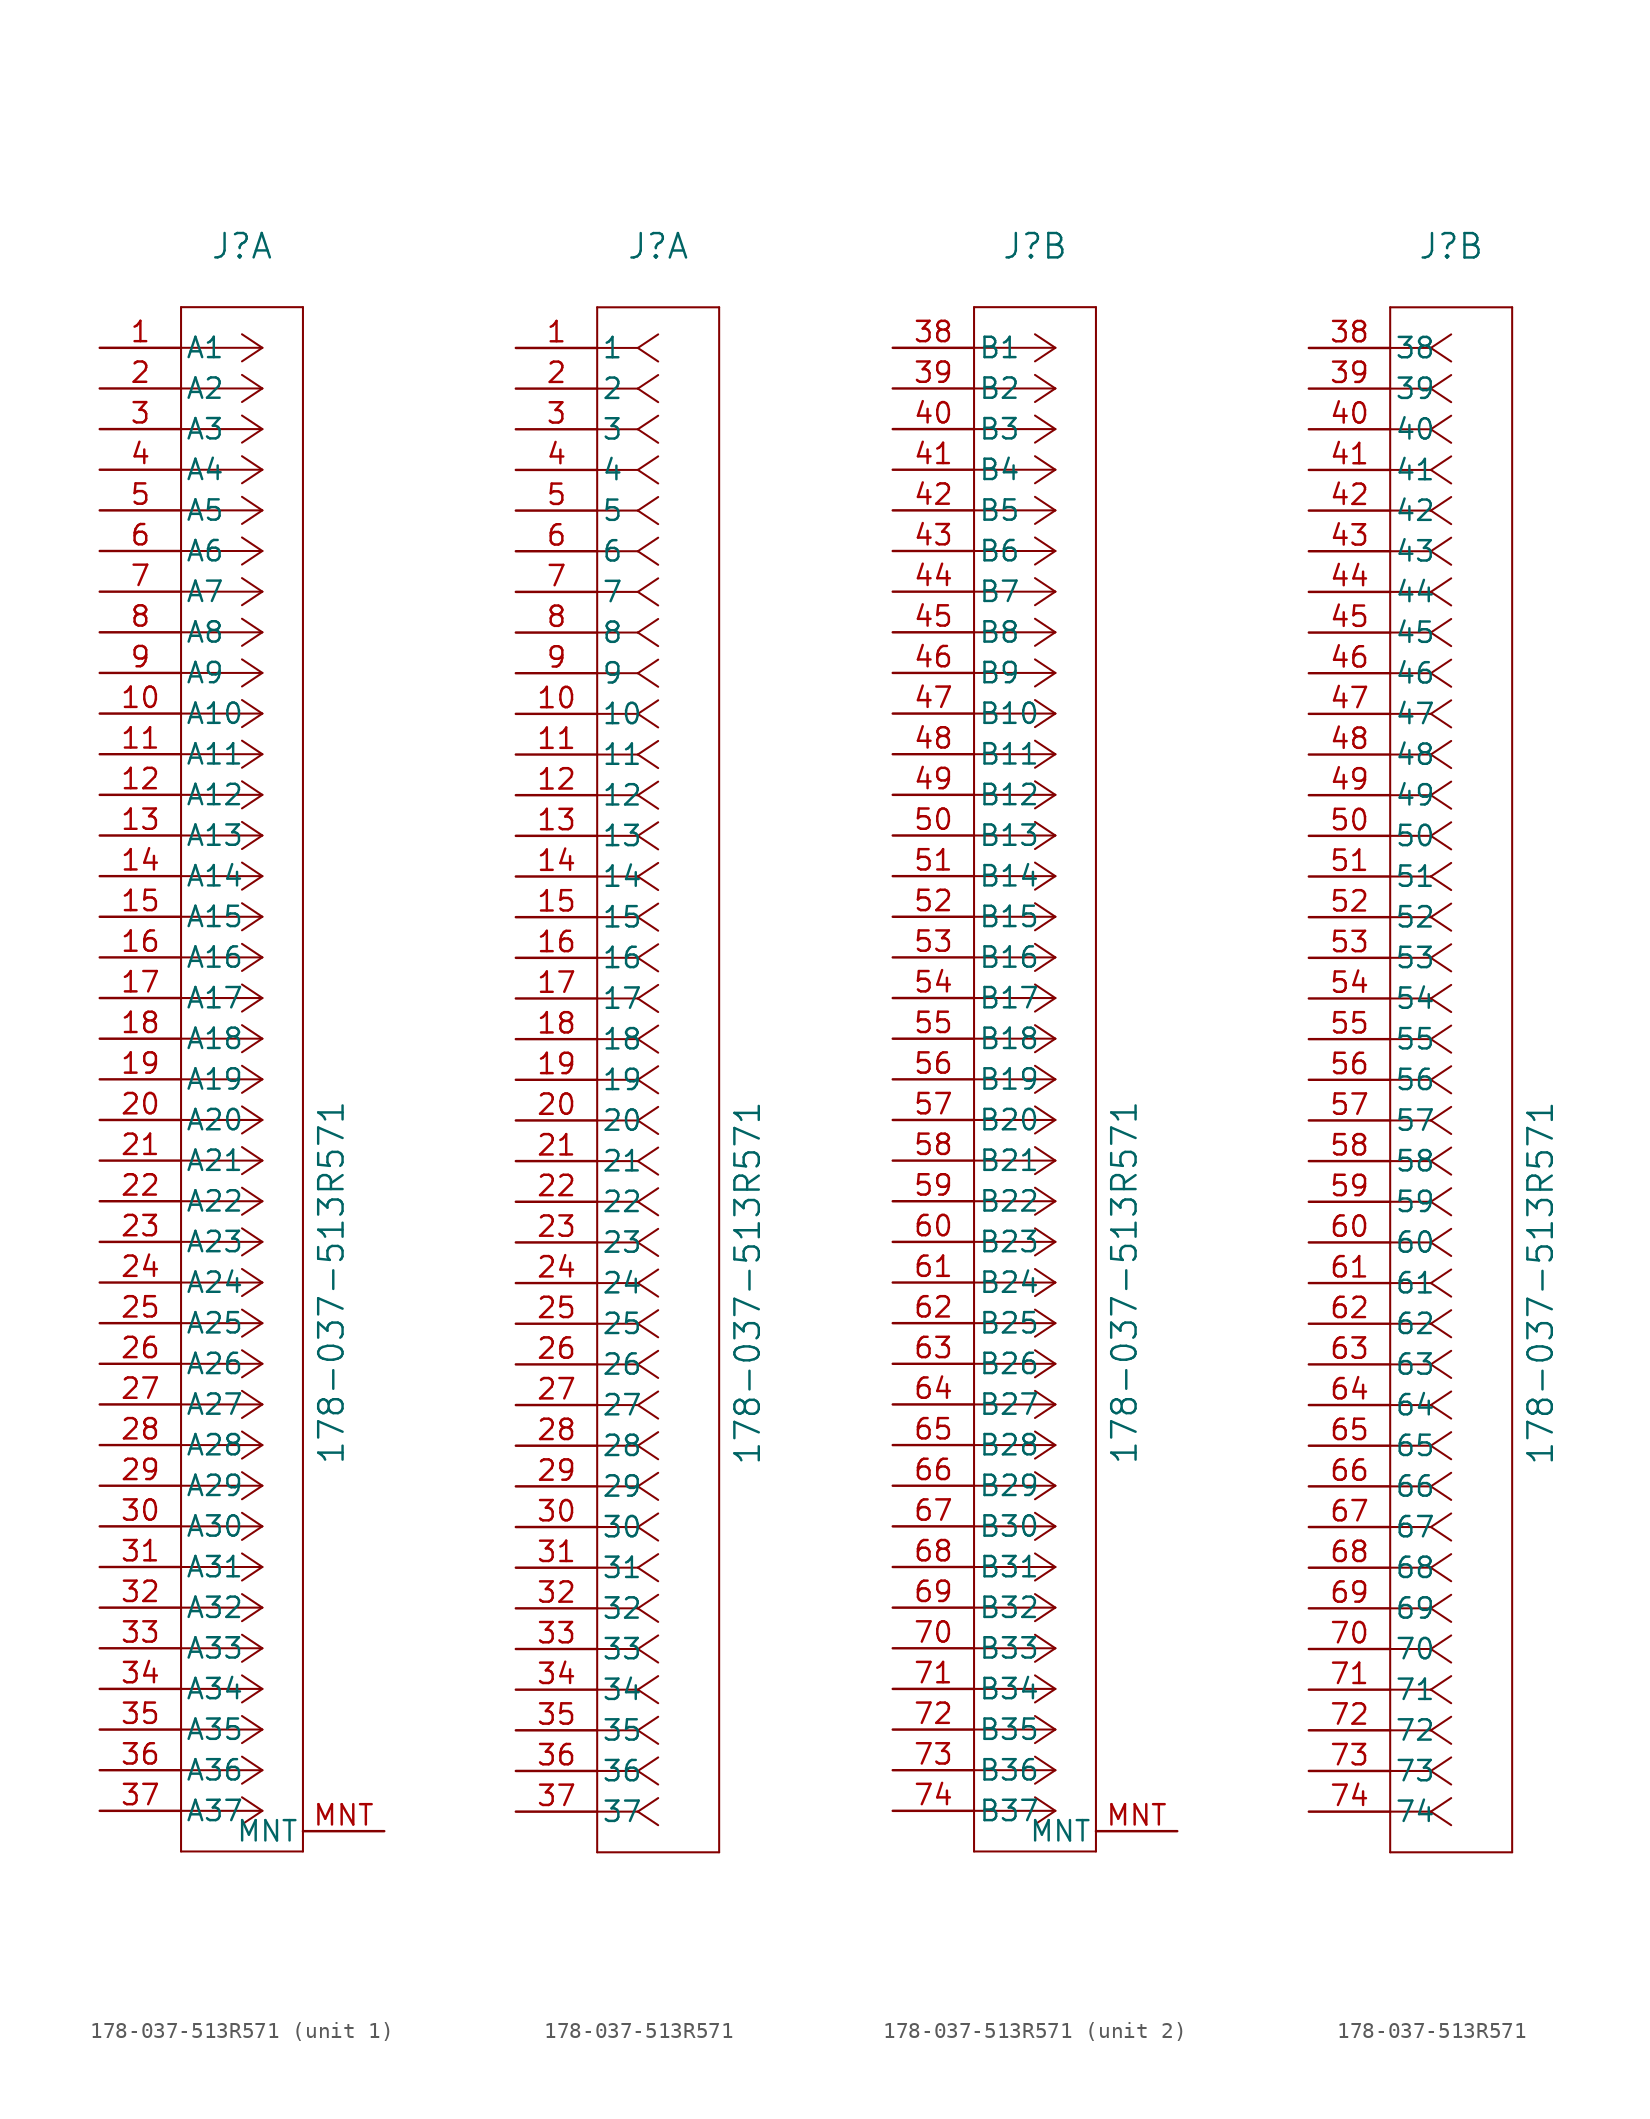
<source format=kicad_sym>
(kicad_symbol_lib
  (version 20231120)
  (generator "kicad_symbol_editor")
  (generator_version "8.0")
  (symbol "178-037-513R571"
    (pin_names
      (offset 0.254))
    (property "Reference" "J"
      (at 8.89 6.35 0)
      (effects (font (size 1.524 1.524))))
    (property "Value" "178-037-513R571"
      (at 14.478 -58.42 90)
      (effects (font (size 1.524 1.524))))
    (property "ki_locked" ""
      (at 0 0 0)
      (effects (font (size 1.27 1.27))))
    (symbol "178-037-513R571_1_1"
      (polyline (pts (xy 5.08 -93.98) (xy 12.7 -93.98)) (stroke (width 0.127) (type default)) (fill (type none)))
      (polyline (pts (xy 5.08 2.54) (xy 5.08 -93.98)) (stroke (width 0.127) (type default)) (fill (type none)))
      (polyline (pts (xy 10.16 -91.44) (xy 5.08 -91.44)) (stroke (width 0.127) (type default)) (fill (type none)))
      (polyline (pts (xy 10.16 -91.44) (xy 8.89 -92.287)) (stroke (width 0.127) (type default)) (fill (type none)))
      (polyline (pts (xy 10.16 -91.44) (xy 8.89 -90.593)) (stroke (width 0.127) (type default)) (fill (type none)))
      (polyline (pts (xy 10.16 -88.9) (xy 5.08 -88.9)) (stroke (width 0.127) (type default)) (fill (type none)))
      (polyline (pts (xy 10.16 -88.9) (xy 8.89 -89.747)) (stroke (width 0.127) (type default)) (fill (type none)))
      (polyline (pts (xy 10.16 -88.9) (xy 8.89 -88.053)) (stroke (width 0.127) (type default)) (fill (type none)))
      (polyline (pts (xy 10.16 -86.36) (xy 5.08 -86.36)) (stroke (width 0.127) (type default)) (fill (type none)))
      (polyline (pts (xy 10.16 -86.36) (xy 8.89 -87.207)) (stroke (width 0.127) (type default)) (fill (type none)))
      (polyline (pts (xy 10.16 -86.36) (xy 8.89 -85.513)) (stroke (width 0.127) (type default)) (fill (type none)))
      (polyline (pts (xy 10.16 -83.82) (xy 5.08 -83.82)) (stroke (width 0.127) (type default)) (fill (type none)))
      (polyline (pts (xy 10.16 -83.82) (xy 8.89 -84.667)) (stroke (width 0.127) (type default)) (fill (type none)))
      (polyline (pts (xy 10.16 -83.82) (xy 8.89 -82.973)) (stroke (width 0.127) (type default)) (fill (type none)))
      (polyline (pts (xy 10.16 -81.28) (xy 5.08 -81.28)) (stroke (width 0.127) (type default)) (fill (type none)))
      (polyline (pts (xy 10.16 -81.28) (xy 8.89 -82.127)) (stroke (width 0.127) (type default)) (fill (type none)))
      (polyline (pts (xy 10.16 -81.28) (xy 8.89 -80.433)) (stroke (width 0.127) (type default)) (fill (type none)))
      (polyline (pts (xy 10.16 -78.74) (xy 5.08 -78.74)) (stroke (width 0.127) (type default)) (fill (type none)))
      (polyline (pts (xy 10.16 -78.74) (xy 8.89 -79.587)) (stroke (width 0.127) (type default)) (fill (type none)))
      (polyline (pts (xy 10.16 -78.74) (xy 8.89 -77.893)) (stroke (width 0.127) (type default)) (fill (type none)))
      (polyline (pts (xy 10.16 -76.2) (xy 5.08 -76.2)) (stroke (width 0.127) (type default)) (fill (type none)))
      (polyline (pts (xy 10.16 -76.2) (xy 8.89 -77.047)) (stroke (width 0.127) (type default)) (fill (type none)))
      (polyline (pts (xy 10.16 -76.2) (xy 8.89 -75.353)) (stroke (width 0.127) (type default)) (fill (type none)))
      (polyline (pts (xy 10.16 -73.66) (xy 5.08 -73.66)) (stroke (width 0.127) (type default)) (fill (type none)))
      (polyline (pts (xy 10.16 -73.66) (xy 8.89 -74.507)) (stroke (width 0.127) (type default)) (fill (type none)))
      (polyline (pts (xy 10.16 -73.66) (xy 8.89 -72.813)) (stroke (width 0.127) (type default)) (fill (type none)))
      (polyline (pts (xy 10.16 -71.12) (xy 5.08 -71.12)) (stroke (width 0.127) (type default)) (fill (type none)))
      (polyline (pts (xy 10.16 -71.12) (xy 8.89 -71.967)) (stroke (width 0.127) (type default)) (fill (type none)))
      (polyline (pts (xy 10.16 -71.12) (xy 8.89 -70.273)) (stroke (width 0.127) (type default)) (fill (type none)))
      (polyline (pts (xy 10.16 -68.58) (xy 5.08 -68.58)) (stroke (width 0.127) (type default)) (fill (type none)))
      (polyline (pts (xy 10.16 -68.58) (xy 8.89 -69.427)) (stroke (width 0.127) (type default)) (fill (type none)))
      (polyline (pts (xy 10.16 -68.58) (xy 8.89 -67.733)) (stroke (width 0.127) (type default)) (fill (type none)))
      (polyline (pts (xy 10.16 -66.04) (xy 5.08 -66.04)) (stroke (width 0.127) (type default)) (fill (type none)))
      (polyline (pts (xy 10.16 -66.04) (xy 8.89 -66.887)) (stroke (width 0.127) (type default)) (fill (type none)))
      (polyline (pts (xy 10.16 -66.04) (xy 8.89 -65.193)) (stroke (width 0.127) (type default)) (fill (type none)))
      (polyline (pts (xy 10.16 -63.5) (xy 5.08 -63.5)) (stroke (width 0.127) (type default)) (fill (type none)))
      (polyline (pts (xy 10.16 -63.5) (xy 8.89 -64.347)) (stroke (width 0.127) (type default)) (fill (type none)))
      (polyline (pts (xy 10.16 -63.5) (xy 8.89 -62.653)) (stroke (width 0.127) (type default)) (fill (type none)))
      (polyline (pts (xy 10.16 -60.96) (xy 5.08 -60.96)) (stroke (width 0.127) (type default)) (fill (type none)))
      (polyline (pts (xy 10.16 -60.96) (xy 8.89 -61.807)) (stroke (width 0.127) (type default)) (fill (type none)))
      (polyline (pts (xy 10.16 -60.96) (xy 8.89 -60.113)) (stroke (width 0.127) (type default)) (fill (type none)))
      (polyline (pts (xy 10.16 -58.42) (xy 5.08 -58.42)) (stroke (width 0.127) (type default)) (fill (type none)))
      (polyline (pts (xy 10.16 -58.42) (xy 8.89 -59.267)) (stroke (width 0.127) (type default)) (fill (type none)))
      (polyline (pts (xy 10.16 -58.42) (xy 8.89 -57.573)) (stroke (width 0.127) (type default)) (fill (type none)))
      (polyline (pts (xy 10.16 -55.88) (xy 5.08 -55.88)) (stroke (width 0.127) (type default)) (fill (type none)))
      (polyline (pts (xy 10.16 -55.88) (xy 8.89 -56.727)) (stroke (width 0.127) (type default)) (fill (type none)))
      (polyline (pts (xy 10.16 -55.88) (xy 8.89 -55.033)) (stroke (width 0.127) (type default)) (fill (type none)))
      (polyline (pts (xy 10.16 -53.34) (xy 5.08 -53.34)) (stroke (width 0.127) (type default)) (fill (type none)))
      (polyline (pts (xy 10.16 -53.34) (xy 8.89 -54.187)) (stroke (width 0.127) (type default)) (fill (type none)))
      (polyline (pts (xy 10.16 -53.34) (xy 8.89 -52.493)) (stroke (width 0.127) (type default)) (fill (type none)))
      (polyline (pts (xy 10.16 -50.8) (xy 5.08 -50.8)) (stroke (width 0.127) (type default)) (fill (type none)))
      (polyline (pts (xy 10.16 -50.8) (xy 8.89 -51.647)) (stroke (width 0.127) (type default)) (fill (type none)))
      (polyline (pts (xy 10.16 -50.8) (xy 8.89 -49.953)) (stroke (width 0.127) (type default)) (fill (type none)))
      (polyline (pts (xy 10.16 -48.26) (xy 5.08 -48.26)) (stroke (width 0.127) (type default)) (fill (type none)))
      (polyline (pts (xy 10.16 -48.26) (xy 8.89 -49.107)) (stroke (width 0.127) (type default)) (fill (type none)))
      (polyline (pts (xy 10.16 -48.26) (xy 8.89 -47.413)) (stroke (width 0.127) (type default)) (fill (type none)))
      (polyline (pts (xy 10.16 -45.72) (xy 5.08 -45.72)) (stroke (width 0.127) (type default)) (fill (type none)))
      (polyline (pts (xy 10.16 -45.72) (xy 8.89 -46.567)) (stroke (width 0.127) (type default)) (fill (type none)))
      (polyline (pts (xy 10.16 -45.72) (xy 8.89 -44.873)) (stroke (width 0.127) (type default)) (fill (type none)))
      (polyline (pts (xy 10.16 -43.18) (xy 5.08 -43.18)) (stroke (width 0.127) (type default)) (fill (type none)))
      (polyline (pts (xy 10.16 -43.18) (xy 8.89 -44.027)) (stroke (width 0.127) (type default)) (fill (type none)))
      (polyline (pts (xy 10.16 -43.18) (xy 8.89 -42.333)) (stroke (width 0.127) (type default)) (fill (type none)))
      (polyline (pts (xy 10.16 -40.64) (xy 5.08 -40.64)) (stroke (width 0.127) (type default)) (fill (type none)))
      (polyline (pts (xy 10.16 -40.64) (xy 8.89 -41.487)) (stroke (width 0.127) (type default)) (fill (type none)))
      (polyline (pts (xy 10.16 -40.64) (xy 8.89 -39.793)) (stroke (width 0.127) (type default)) (fill (type none)))
      (polyline (pts (xy 10.16 -38.1) (xy 5.08 -38.1)) (stroke (width 0.127) (type default)) (fill (type none)))
      (polyline (pts (xy 10.16 -38.1) (xy 8.89 -38.947)) (stroke (width 0.127) (type default)) (fill (type none)))
      (polyline (pts (xy 10.16 -38.1) (xy 8.89 -37.253)) (stroke (width 0.127) (type default)) (fill (type none)))
      (polyline (pts (xy 10.16 -35.56) (xy 5.08 -35.56)) (stroke (width 0.127) (type default)) (fill (type none)))
      (polyline (pts (xy 10.16 -35.56) (xy 8.89 -36.407)) (stroke (width 0.127) (type default)) (fill (type none)))
      (polyline (pts (xy 10.16 -35.56) (xy 8.89 -34.713)) (stroke (width 0.127) (type default)) (fill (type none)))
      (polyline (pts (xy 10.16 -33.02) (xy 5.08 -33.02)) (stroke (width 0.127) (type default)) (fill (type none)))
      (polyline (pts (xy 10.16 -33.02) (xy 8.89 -33.867)) (stroke (width 0.127) (type default)) (fill (type none)))
      (polyline (pts (xy 10.16 -33.02) (xy 8.89 -32.173)) (stroke (width 0.127) (type default)) (fill (type none)))
      (polyline (pts (xy 10.16 -30.48) (xy 5.08 -30.48)) (stroke (width 0.127) (type default)) (fill (type none)))
      (polyline (pts (xy 10.16 -30.48) (xy 8.89 -31.327)) (stroke (width 0.127) (type default)) (fill (type none)))
      (polyline (pts (xy 10.16 -30.48) (xy 8.89 -29.633)) (stroke (width 0.127) (type default)) (fill (type none)))
      (polyline (pts (xy 10.16 -27.94) (xy 5.08 -27.94)) (stroke (width 0.127) (type default)) (fill (type none)))
      (polyline (pts (xy 10.16 -27.94) (xy 8.89 -28.787)) (stroke (width 0.127) (type default)) (fill (type none)))
      (polyline (pts (xy 10.16 -27.94) (xy 8.89 -27.093)) (stroke (width 0.127) (type default)) (fill (type none)))
      (polyline (pts (xy 10.16 -25.4) (xy 5.08 -25.4)) (stroke (width 0.127) (type default)) (fill (type none)))
      (polyline (pts (xy 10.16 -25.4) (xy 8.89 -26.247)) (stroke (width 0.127) (type default)) (fill (type none)))
      (polyline (pts (xy 10.16 -25.4) (xy 8.89 -24.553)) (stroke (width 0.127) (type default)) (fill (type none)))
      (polyline (pts (xy 10.16 -22.86) (xy 5.08 -22.86)) (stroke (width 0.127) (type default)) (fill (type none)))
      (polyline (pts (xy 10.16 -22.86) (xy 8.89 -23.707)) (stroke (width 0.127) (type default)) (fill (type none)))
      (polyline (pts (xy 10.16 -22.86) (xy 8.89 -22.013)) (stroke (width 0.127) (type default)) (fill (type none)))
      (polyline (pts (xy 10.16 -20.32) (xy 5.08 -20.32)) (stroke (width 0.127) (type default)) (fill (type none)))
      (polyline (pts (xy 10.16 -20.32) (xy 8.89 -21.167)) (stroke (width 0.127) (type default)) (fill (type none)))
      (polyline (pts (xy 10.16 -20.32) (xy 8.89 -19.473)) (stroke (width 0.127) (type default)) (fill (type none)))
      (polyline (pts (xy 10.16 -17.78) (xy 5.08 -17.78)) (stroke (width 0.127) (type default)) (fill (type none)))
      (polyline (pts (xy 10.16 -17.78) (xy 8.89 -18.627)) (stroke (width 0.127) (type default)) (fill (type none)))
      (polyline (pts (xy 10.16 -17.78) (xy 8.89 -16.933)) (stroke (width 0.127) (type default)) (fill (type none)))
      (polyline (pts (xy 10.16 -15.24) (xy 5.08 -15.24)) (stroke (width 0.127) (type default)) (fill (type none)))
      (polyline (pts (xy 10.16 -15.24) (xy 8.89 -16.087)) (stroke (width 0.127) (type default)) (fill (type none)))
      (polyline (pts (xy 10.16 -15.24) (xy 8.89 -14.393)) (stroke (width 0.127) (type default)) (fill (type none)))
      (polyline (pts (xy 10.16 -12.7) (xy 5.08 -12.7)) (stroke (width 0.127) (type default)) (fill (type none)))
      (polyline (pts (xy 10.16 -12.7) (xy 8.89 -13.547)) (stroke (width 0.127) (type default)) (fill (type none)))
      (polyline (pts (xy 10.16 -12.7) (xy 8.89 -11.853)) (stroke (width 0.127) (type default)) (fill (type none)))
      (polyline (pts (xy 10.16 -10.16) (xy 5.08 -10.16)) (stroke (width 0.127) (type default)) (fill (type none)))
      (polyline (pts (xy 10.16 -10.16) (xy 8.89 -11.007)) (stroke (width 0.127) (type default)) (fill (type none)))
      (polyline (pts (xy 10.16 -10.16) (xy 8.89 -9.313)) (stroke (width 0.127) (type default)) (fill (type none)))
      (polyline (pts (xy 10.16 -7.62) (xy 5.08 -7.62)) (stroke (width 0.127) (type default)) (fill (type none)))
      (polyline (pts (xy 10.16 -7.62) (xy 8.89 -8.467)) (stroke (width 0.127) (type default)) (fill (type none)))
      (polyline (pts (xy 10.16 -7.62) (xy 8.89 -6.773)) (stroke (width 0.127) (type default)) (fill (type none)))
      (polyline (pts (xy 10.16 -5.08) (xy 5.08 -5.08)) (stroke (width 0.127) (type default)) (fill (type none)))
      (polyline (pts (xy 10.16 -5.08) (xy 8.89 -5.927)) (stroke (width 0.127) (type default)) (fill (type none)))
      (polyline (pts (xy 10.16 -5.08) (xy 8.89 -4.233)) (stroke (width 0.127) (type default)) (fill (type none)))
      (polyline (pts (xy 10.16 -2.54) (xy 5.08 -2.54)) (stroke (width 0.127) (type default)) (fill (type none)))
      (polyline (pts (xy 10.16 -2.54) (xy 8.89 -3.387)) (stroke (width 0.127) (type default)) (fill (type none)))
      (polyline (pts (xy 10.16 -2.54) (xy 8.89 -1.693)) (stroke (width 0.127) (type default)) (fill (type none)))
      (polyline (pts (xy 10.16 0) (xy 5.08 0)) (stroke (width 0.127) (type default)) (fill (type none)))
      (polyline (pts (xy 10.16 0) (xy 8.89 -0.847)) (stroke (width 0.127) (type default)) (fill (type none)))
      (polyline (pts (xy 10.16 0) (xy 8.89 0.847)) (stroke (width 0.127) (type default)) (fill (type none)))
      (polyline (pts (xy 12.7 -93.98) (xy 12.7 2.54)) (stroke (width 0.127) (type default)) (fill (type none)))
      (polyline (pts (xy 12.7 2.54) (xy 5.08 2.54)) (stroke (width 0.127) (type default)) (fill (type none)))
      (pin unspecified line (at 0 0 0) (length 5.08) (name "A1" (effects (font (size 1.27 1.27)))) (number "1" (effects (font (size 1.27 1.27)))))
      (pin unspecified line (at 0 -22.86 0) (length 5.08) (name "A10" (effects (font (size 1.27 1.27)))) (number "10" (effects (font (size 1.27 1.27)))))
      (pin unspecified line (at 0 -25.4 0) (length 5.08) (name "A11" (effects (font (size 1.27 1.27)))) (number "11" (effects (font (size 1.27 1.27)))))
      (pin unspecified line (at 0 -27.94 0) (length 5.08) (name "A12" (effects (font (size 1.27 1.27)))) (number "12" (effects (font (size 1.27 1.27)))))
      (pin unspecified line (at 0 -30.48 0) (length 5.08) (name "A13" (effects (font (size 1.27 1.27)))) (number "13" (effects (font (size 1.27 1.27)))))
      (pin unspecified line (at 0 -33.02 0) (length 5.08) (name "A14" (effects (font (size 1.27 1.27)))) (number "14" (effects (font (size 1.27 1.27)))))
      (pin unspecified line (at 0 -35.56 0) (length 5.08) (name "A15" (effects (font (size 1.27 1.27)))) (number "15" (effects (font (size 1.27 1.27)))))
      (pin unspecified line (at 0 -38.1 0) (length 5.08) (name "A16" (effects (font (size 1.27 1.27)))) (number "16" (effects (font (size 1.27 1.27)))))
      (pin unspecified line (at 0 -40.64 0) (length 5.08) (name "A17" (effects (font (size 1.27 1.27)))) (number "17" (effects (font (size 1.27 1.27)))))
      (pin unspecified line (at 0 -43.18 0) (length 5.08) (name "A18" (effects (font (size 1.27 1.27)))) (number "18" (effects (font (size 1.27 1.27)))))
      (pin unspecified line (at 0 -45.72 0) (length 5.08) (name "A19" (effects (font (size 1.27 1.27)))) (number "19" (effects (font (size 1.27 1.27)))))
      (pin unspecified line (at 0 -2.54 0) (length 5.08) (name "A2" (effects (font (size 1.27 1.27)))) (number "2" (effects (font (size 1.27 1.27)))))
      (pin unspecified line (at 0 -48.26 0) (length 5.08) (name "A20" (effects (font (size 1.27 1.27)))) (number "20" (effects (font (size 1.27 1.27)))))
      (pin unspecified line (at 0 -50.8 0) (length 5.08) (name "A21" (effects (font (size 1.27 1.27)))) (number "21" (effects (font (size 1.27 1.27)))))
      (pin unspecified line (at 0 -53.34 0) (length 5.08) (name "A22" (effects (font (size 1.27 1.27)))) (number "22" (effects (font (size 1.27 1.27)))))
      (pin unspecified line (at 0 -55.88 0) (length 5.08) (name "A23" (effects (font (size 1.27 1.27)))) (number "23" (effects (font (size 1.27 1.27)))))
      (pin unspecified line (at 0 -58.42 0) (length 5.08) (name "A24" (effects (font (size 1.27 1.27)))) (number "24" (effects (font (size 1.27 1.27)))))
      (pin unspecified line (at 0 -60.96 0) (length 5.08) (name "A25" (effects (font (size 1.27 1.27)))) (number "25" (effects (font (size 1.27 1.27)))))
      (pin unspecified line (at 0 -63.5 0) (length 5.08) (name "A26" (effects (font (size 1.27 1.27)))) (number "26" (effects (font (size 1.27 1.27)))))
      (pin unspecified line (at 0 -66.04 0) (length 5.08) (name "A27" (effects (font (size 1.27 1.27)))) (number "27" (effects (font (size 1.27 1.27)))))
      (pin unspecified line (at 0 -68.58 0) (length 5.08) (name "A28" (effects (font (size 1.27 1.27)))) (number "28" (effects (font (size 1.27 1.27)))))
      (pin unspecified line (at 0 -71.12 0) (length 5.08) (name "A29" (effects (font (size 1.27 1.27)))) (number "29" (effects (font (size 1.27 1.27)))))
      (pin unspecified line (at 0 -5.08 0) (length 5.08) (name "A3" (effects (font (size 1.27 1.27)))) (number "3" (effects (font (size 1.27 1.27)))))
      (pin unspecified line (at 0 -73.66 0) (length 5.08) (name "A30" (effects (font (size 1.27 1.27)))) (number "30" (effects (font (size 1.27 1.27)))))
      (pin unspecified line (at 0 -76.2 0) (length 5.08) (name "A31" (effects (font (size 1.27 1.27)))) (number "31" (effects (font (size 1.27 1.27)))))
      (pin unspecified line (at 0 -78.74 0) (length 5.08) (name "A32" (effects (font (size 1.27 1.27)))) (number "32" (effects (font (size 1.27 1.27)))))
      (pin unspecified line (at 0 -81.28 0) (length 5.08) (name "A33" (effects (font (size 1.27 1.27)))) (number "33" (effects (font (size 1.27 1.27)))))
      (pin unspecified line (at 0 -83.82 0) (length 5.08) (name "A34" (effects (font (size 1.27 1.27)))) (number "34" (effects (font (size 1.27 1.27)))))
      (pin unspecified line (at 0 -86.36 0) (length 5.08) (name "A35" (effects (font (size 1.27 1.27)))) (number "35" (effects (font (size 1.27 1.27)))))
      (pin unspecified line (at 0 -88.9 0) (length 5.08) (name "A36" (effects (font (size 1.27 1.27)))) (number "36" (effects (font (size 1.27 1.27)))))
      (pin unspecified line (at 0 -91.44 0) (length 5.08) (name "A37" (effects (font (size 1.27 1.27)))) (number "37" (effects (font (size 1.27 1.27)))))
      (pin unspecified line (at 0 -7.62 0) (length 5.08) (name "A4" (effects (font (size 1.27 1.27)))) (number "4" (effects (font (size 1.27 1.27)))))
      (pin unspecified line (at 0 -10.16 0) (length 5.08) (name "A5" (effects (font (size 1.27 1.27)))) (number "5" (effects (font (size 1.27 1.27)))))
      (pin unspecified line (at 0 -12.7 0) (length 5.08) (name "A6" (effects (font (size 1.27 1.27)))) (number "6" (effects (font (size 1.27 1.27)))))
      (pin unspecified line (at 0 -15.24 0) (length 5.08) (name "A7" (effects (font (size 1.27 1.27)))) (number "7" (effects (font (size 1.27 1.27)))))
      (pin unspecified line (at 0 -17.78 0) (length 5.08) (name "A8" (effects (font (size 1.27 1.27)))) (number "8" (effects (font (size 1.27 1.27)))))
      (pin unspecified line (at 0 -20.32 0) (length 5.08) (name "A9" (effects (font (size 1.27 1.27)))) (number "9" (effects (font (size 1.27 1.27)))))
      (pin unspecified line (at 17.78 -92.71 180) (length 5.08) (name "MNT" (effects (font (size 1.27 1.27)))) (number "MNT" (effects (font (size 1.27 1.27))))))
    (symbol "178-037-513R571_1_2"
      (polyline (pts (xy 5.08 -93.98) (xy 12.7 -93.98)) (stroke (width 0.127) (type default)) (fill (type none)))
      (polyline (pts (xy 5.08 2.54) (xy 5.08 -93.98)) (stroke (width 0.127) (type default)) (fill (type none)))
      (polyline (pts (xy 7.62 -91.44) (xy 5.08 -91.44)) (stroke (width 0.127) (type default)) (fill (type none)))
      (polyline (pts (xy 7.62 -91.44) (xy 8.89 -92.287)) (stroke (width 0.127) (type default)) (fill (type none)))
      (polyline (pts (xy 7.62 -91.44) (xy 8.89 -90.593)) (stroke (width 0.127) (type default)) (fill (type none)))
      (polyline (pts (xy 7.62 -88.9) (xy 5.08 -88.9)) (stroke (width 0.127) (type default)) (fill (type none)))
      (polyline (pts (xy 7.62 -88.9) (xy 8.89 -89.747)) (stroke (width 0.127) (type default)) (fill (type none)))
      (polyline (pts (xy 7.62 -88.9) (xy 8.89 -88.053)) (stroke (width 0.127) (type default)) (fill (type none)))
      (polyline (pts (xy 7.62 -86.36) (xy 5.08 -86.36)) (stroke (width 0.127) (type default)) (fill (type none)))
      (polyline (pts (xy 7.62 -86.36) (xy 8.89 -87.207)) (stroke (width 0.127) (type default)) (fill (type none)))
      (polyline (pts (xy 7.62 -86.36) (xy 8.89 -85.513)) (stroke (width 0.127) (type default)) (fill (type none)))
      (polyline (pts (xy 7.62 -83.82) (xy 5.08 -83.82)) (stroke (width 0.127) (type default)) (fill (type none)))
      (polyline (pts (xy 7.62 -83.82) (xy 8.89 -84.667)) (stroke (width 0.127) (type default)) (fill (type none)))
      (polyline (pts (xy 7.62 -83.82) (xy 8.89 -82.973)) (stroke (width 0.127) (type default)) (fill (type none)))
      (polyline (pts (xy 7.62 -81.28) (xy 5.08 -81.28)) (stroke (width 0.127) (type default)) (fill (type none)))
      (polyline (pts (xy 7.62 -81.28) (xy 8.89 -82.127)) (stroke (width 0.127) (type default)) (fill (type none)))
      (polyline (pts (xy 7.62 -81.28) (xy 8.89 -80.433)) (stroke (width 0.127) (type default)) (fill (type none)))
      (polyline (pts (xy 7.62 -78.74) (xy 5.08 -78.74)) (stroke (width 0.127) (type default)) (fill (type none)))
      (polyline (pts (xy 7.62 -78.74) (xy 8.89 -79.587)) (stroke (width 0.127) (type default)) (fill (type none)))
      (polyline (pts (xy 7.62 -78.74) (xy 8.89 -77.893)) (stroke (width 0.127) (type default)) (fill (type none)))
      (polyline (pts (xy 7.62 -76.2) (xy 5.08 -76.2)) (stroke (width 0.127) (type default)) (fill (type none)))
      (polyline (pts (xy 7.62 -76.2) (xy 8.89 -77.047)) (stroke (width 0.127) (type default)) (fill (type none)))
      (polyline (pts (xy 7.62 -76.2) (xy 8.89 -75.353)) (stroke (width 0.127) (type default)) (fill (type none)))
      (polyline (pts (xy 7.62 -73.66) (xy 5.08 -73.66)) (stroke (width 0.127) (type default)) (fill (type none)))
      (polyline (pts (xy 7.62 -73.66) (xy 8.89 -74.507)) (stroke (width 0.127) (type default)) (fill (type none)))
      (polyline (pts (xy 7.62 -73.66) (xy 8.89 -72.813)) (stroke (width 0.127) (type default)) (fill (type none)))
      (polyline (pts (xy 7.62 -71.12) (xy 5.08 -71.12)) (stroke (width 0.127) (type default)) (fill (type none)))
      (polyline (pts (xy 7.62 -71.12) (xy 8.89 -71.967)) (stroke (width 0.127) (type default)) (fill (type none)))
      (polyline (pts (xy 7.62 -71.12) (xy 8.89 -70.273)) (stroke (width 0.127) (type default)) (fill (type none)))
      (polyline (pts (xy 7.62 -68.58) (xy 5.08 -68.58)) (stroke (width 0.127) (type default)) (fill (type none)))
      (polyline (pts (xy 7.62 -68.58) (xy 8.89 -69.427)) (stroke (width 0.127) (type default)) (fill (type none)))
      (polyline (pts (xy 7.62 -68.58) (xy 8.89 -67.733)) (stroke (width 0.127) (type default)) (fill (type none)))
      (polyline (pts (xy 7.62 -66.04) (xy 5.08 -66.04)) (stroke (width 0.127) (type default)) (fill (type none)))
      (polyline (pts (xy 7.62 -66.04) (xy 8.89 -66.887)) (stroke (width 0.127) (type default)) (fill (type none)))
      (polyline (pts (xy 7.62 -66.04) (xy 8.89 -65.193)) (stroke (width 0.127) (type default)) (fill (type none)))
      (polyline (pts (xy 7.62 -63.5) (xy 5.08 -63.5)) (stroke (width 0.127) (type default)) (fill (type none)))
      (polyline (pts (xy 7.62 -63.5) (xy 8.89 -64.347)) (stroke (width 0.127) (type default)) (fill (type none)))
      (polyline (pts (xy 7.62 -63.5) (xy 8.89 -62.653)) (stroke (width 0.127) (type default)) (fill (type none)))
      (polyline (pts (xy 7.62 -60.96) (xy 5.08 -60.96)) (stroke (width 0.127) (type default)) (fill (type none)))
      (polyline (pts (xy 7.62 -60.96) (xy 8.89 -61.807)) (stroke (width 0.127) (type default)) (fill (type none)))
      (polyline (pts (xy 7.62 -60.96) (xy 8.89 -60.113)) (stroke (width 0.127) (type default)) (fill (type none)))
      (polyline (pts (xy 7.62 -58.42) (xy 5.08 -58.42)) (stroke (width 0.127) (type default)) (fill (type none)))
      (polyline (pts (xy 7.62 -58.42) (xy 8.89 -59.267)) (stroke (width 0.127) (type default)) (fill (type none)))
      (polyline (pts (xy 7.62 -58.42) (xy 8.89 -57.573)) (stroke (width 0.127) (type default)) (fill (type none)))
      (polyline (pts (xy 7.62 -55.88) (xy 5.08 -55.88)) (stroke (width 0.127) (type default)) (fill (type none)))
      (polyline (pts (xy 7.62 -55.88) (xy 8.89 -56.727)) (stroke (width 0.127) (type default)) (fill (type none)))
      (polyline (pts (xy 7.62 -55.88) (xy 8.89 -55.033)) (stroke (width 0.127) (type default)) (fill (type none)))
      (polyline (pts (xy 7.62 -53.34) (xy 5.08 -53.34)) (stroke (width 0.127) (type default)) (fill (type none)))
      (polyline (pts (xy 7.62 -53.34) (xy 8.89 -54.187)) (stroke (width 0.127) (type default)) (fill (type none)))
      (polyline (pts (xy 7.62 -53.34) (xy 8.89 -52.493)) (stroke (width 0.127) (type default)) (fill (type none)))
      (polyline (pts (xy 7.62 -50.8) (xy 5.08 -50.8)) (stroke (width 0.127) (type default)) (fill (type none)))
      (polyline (pts (xy 7.62 -50.8) (xy 8.89 -51.647)) (stroke (width 0.127) (type default)) (fill (type none)))
      (polyline (pts (xy 7.62 -50.8) (xy 8.89 -49.953)) (stroke (width 0.127) (type default)) (fill (type none)))
      (polyline (pts (xy 7.62 -48.26) (xy 5.08 -48.26)) (stroke (width 0.127) (type default)) (fill (type none)))
      (polyline (pts (xy 7.62 -48.26) (xy 8.89 -49.107)) (stroke (width 0.127) (type default)) (fill (type none)))
      (polyline (pts (xy 7.62 -48.26) (xy 8.89 -47.413)) (stroke (width 0.127) (type default)) (fill (type none)))
      (polyline (pts (xy 7.62 -45.72) (xy 5.08 -45.72)) (stroke (width 0.127) (type default)) (fill (type none)))
      (polyline (pts (xy 7.62 -45.72) (xy 8.89 -46.567)) (stroke (width 0.127) (type default)) (fill (type none)))
      (polyline (pts (xy 7.62 -45.72) (xy 8.89 -44.873)) (stroke (width 0.127) (type default)) (fill (type none)))
      (polyline (pts (xy 7.62 -43.18) (xy 5.08 -43.18)) (stroke (width 0.127) (type default)) (fill (type none)))
      (polyline (pts (xy 7.62 -43.18) (xy 8.89 -44.027)) (stroke (width 0.127) (type default)) (fill (type none)))
      (polyline (pts (xy 7.62 -43.18) (xy 8.89 -42.333)) (stroke (width 0.127) (type default)) (fill (type none)))
      (polyline (pts (xy 7.62 -40.64) (xy 5.08 -40.64)) (stroke (width 0.127) (type default)) (fill (type none)))
      (polyline (pts (xy 7.62 -40.64) (xy 8.89 -41.487)) (stroke (width 0.127) (type default)) (fill (type none)))
      (polyline (pts (xy 7.62 -40.64) (xy 8.89 -39.793)) (stroke (width 0.127) (type default)) (fill (type none)))
      (polyline (pts (xy 7.62 -38.1) (xy 5.08 -38.1)) (stroke (width 0.127) (type default)) (fill (type none)))
      (polyline (pts (xy 7.62 -38.1) (xy 8.89 -38.947)) (stroke (width 0.127) (type default)) (fill (type none)))
      (polyline (pts (xy 7.62 -38.1) (xy 8.89 -37.253)) (stroke (width 0.127) (type default)) (fill (type none)))
      (polyline (pts (xy 7.62 -35.56) (xy 5.08 -35.56)) (stroke (width 0.127) (type default)) (fill (type none)))
      (polyline (pts (xy 7.62 -35.56) (xy 8.89 -36.407)) (stroke (width 0.127) (type default)) (fill (type none)))
      (polyline (pts (xy 7.62 -35.56) (xy 8.89 -34.713)) (stroke (width 0.127) (type default)) (fill (type none)))
      (polyline (pts (xy 7.62 -33.02) (xy 5.08 -33.02)) (stroke (width 0.127) (type default)) (fill (type none)))
      (polyline (pts (xy 7.62 -33.02) (xy 8.89 -33.867)) (stroke (width 0.127) (type default)) (fill (type none)))
      (polyline (pts (xy 7.62 -33.02) (xy 8.89 -32.173)) (stroke (width 0.127) (type default)) (fill (type none)))
      (polyline (pts (xy 7.62 -30.48) (xy 5.08 -30.48)) (stroke (width 0.127) (type default)) (fill (type none)))
      (polyline (pts (xy 7.62 -30.48) (xy 8.89 -31.327)) (stroke (width 0.127) (type default)) (fill (type none)))
      (polyline (pts (xy 7.62 -30.48) (xy 8.89 -29.633)) (stroke (width 0.127) (type default)) (fill (type none)))
      (polyline (pts (xy 7.62 -27.94) (xy 5.08 -27.94)) (stroke (width 0.127) (type default)) (fill (type none)))
      (polyline (pts (xy 7.62 -27.94) (xy 8.89 -28.787)) (stroke (width 0.127) (type default)) (fill (type none)))
      (polyline (pts (xy 7.62 -27.94) (xy 8.89 -27.093)) (stroke (width 0.127) (type default)) (fill (type none)))
      (polyline (pts (xy 7.62 -25.4) (xy 5.08 -25.4)) (stroke (width 0.127) (type default)) (fill (type none)))
      (polyline (pts (xy 7.62 -25.4) (xy 8.89 -26.247)) (stroke (width 0.127) (type default)) (fill (type none)))
      (polyline (pts (xy 7.62 -25.4) (xy 8.89 -24.553)) (stroke (width 0.127) (type default)) (fill (type none)))
      (polyline (pts (xy 7.62 -22.86) (xy 5.08 -22.86)) (stroke (width 0.127) (type default)) (fill (type none)))
      (polyline (pts (xy 7.62 -22.86) (xy 8.89 -23.707)) (stroke (width 0.127) (type default)) (fill (type none)))
      (polyline (pts (xy 7.62 -22.86) (xy 8.89 -22.013)) (stroke (width 0.127) (type default)) (fill (type none)))
      (polyline (pts (xy 7.62 -20.32) (xy 5.08 -20.32)) (stroke (width 0.127) (type default)) (fill (type none)))
      (polyline (pts (xy 7.62 -20.32) (xy 8.89 -21.167)) (stroke (width 0.127) (type default)) (fill (type none)))
      (polyline (pts (xy 7.62 -20.32) (xy 8.89 -19.473)) (stroke (width 0.127) (type default)) (fill (type none)))
      (polyline (pts (xy 7.62 -17.78) (xy 5.08 -17.78)) (stroke (width 0.127) (type default)) (fill (type none)))
      (polyline (pts (xy 7.62 -17.78) (xy 8.89 -18.627)) (stroke (width 0.127) (type default)) (fill (type none)))
      (polyline (pts (xy 7.62 -17.78) (xy 8.89 -16.933)) (stroke (width 0.127) (type default)) (fill (type none)))
      (polyline (pts (xy 7.62 -15.24) (xy 5.08 -15.24)) (stroke (width 0.127) (type default)) (fill (type none)))
      (polyline (pts (xy 7.62 -15.24) (xy 8.89 -16.087)) (stroke (width 0.127) (type default)) (fill (type none)))
      (polyline (pts (xy 7.62 -15.24) (xy 8.89 -14.393)) (stroke (width 0.127) (type default)) (fill (type none)))
      (polyline (pts (xy 7.62 -12.7) (xy 5.08 -12.7)) (stroke (width 0.127) (type default)) (fill (type none)))
      (polyline (pts (xy 7.62 -12.7) (xy 8.89 -13.547)) (stroke (width 0.127) (type default)) (fill (type none)))
      (polyline (pts (xy 7.62 -12.7) (xy 8.89 -11.853)) (stroke (width 0.127) (type default)) (fill (type none)))
      (polyline (pts (xy 7.62 -10.16) (xy 5.08 -10.16)) (stroke (width 0.127) (type default)) (fill (type none)))
      (polyline (pts (xy 7.62 -10.16) (xy 8.89 -11.007)) (stroke (width 0.127) (type default)) (fill (type none)))
      (polyline (pts (xy 7.62 -10.16) (xy 8.89 -9.313)) (stroke (width 0.127) (type default)) (fill (type none)))
      (polyline (pts (xy 7.62 -7.62) (xy 5.08 -7.62)) (stroke (width 0.127) (type default)) (fill (type none)))
      (polyline (pts (xy 7.62 -7.62) (xy 8.89 -8.467)) (stroke (width 0.127) (type default)) (fill (type none)))
      (polyline (pts (xy 7.62 -7.62) (xy 8.89 -6.773)) (stroke (width 0.127) (type default)) (fill (type none)))
      (polyline (pts (xy 7.62 -5.08) (xy 5.08 -5.08)) (stroke (width 0.127) (type default)) (fill (type none)))
      (polyline (pts (xy 7.62 -5.08) (xy 8.89 -5.927)) (stroke (width 0.127) (type default)) (fill (type none)))
      (polyline (pts (xy 7.62 -5.08) (xy 8.89 -4.233)) (stroke (width 0.127) (type default)) (fill (type none)))
      (polyline (pts (xy 7.62 -2.54) (xy 5.08 -2.54)) (stroke (width 0.127) (type default)) (fill (type none)))
      (polyline (pts (xy 7.62 -2.54) (xy 8.89 -3.387)) (stroke (width 0.127) (type default)) (fill (type none)))
      (polyline (pts (xy 7.62 -2.54) (xy 8.89 -1.693)) (stroke (width 0.127) (type default)) (fill (type none)))
      (polyline (pts (xy 7.62 0) (xy 5.08 0)) (stroke (width 0.127) (type default)) (fill (type none)))
      (polyline (pts (xy 7.62 0) (xy 8.89 -0.847)) (stroke (width 0.127) (type default)) (fill (type none)))
      (polyline (pts (xy 7.62 0) (xy 8.89 0.847)) (stroke (width 0.127) (type default)) (fill (type none)))
      (polyline (pts (xy 12.7 -93.98) (xy 12.7 2.54)) (stroke (width 0.127) (type default)) (fill (type none)))
      (polyline (pts (xy 12.7 2.54) (xy 5.08 2.54)) (stroke (width 0.127) (type default)) (fill (type none)))
      (pin unspecified line (at 0 0 0) (length 5.08) (name "1" (effects (font (size 1.27 1.27)))) (number "1" (effects (font (size 1.27 1.27)))))
      (pin unspecified line (at 0 -22.86 0) (length 5.08) (name "10" (effects (font (size 1.27 1.27)))) (number "10" (effects (font (size 1.27 1.27)))))
      (pin unspecified line (at 0 -25.4 0) (length 5.08) (name "11" (effects (font (size 1.27 1.27)))) (number "11" (effects (font (size 1.27 1.27)))))
      (pin unspecified line (at 0 -27.94 0) (length 5.08) (name "12" (effects (font (size 1.27 1.27)))) (number "12" (effects (font (size 1.27 1.27)))))
      (pin unspecified line (at 0 -30.48 0) (length 5.08) (name "13" (effects (font (size 1.27 1.27)))) (number "13" (effects (font (size 1.27 1.27)))))
      (pin unspecified line (at 0 -33.02 0) (length 5.08) (name "14" (effects (font (size 1.27 1.27)))) (number "14" (effects (font (size 1.27 1.27)))))
      (pin unspecified line (at 0 -35.56 0) (length 5.08) (name "15" (effects (font (size 1.27 1.27)))) (number "15" (effects (font (size 1.27 1.27)))))
      (pin unspecified line (at 0 -38.1 0) (length 5.08) (name "16" (effects (font (size 1.27 1.27)))) (number "16" (effects (font (size 1.27 1.27)))))
      (pin unspecified line (at 0 -40.64 0) (length 5.08) (name "17" (effects (font (size 1.27 1.27)))) (number "17" (effects (font (size 1.27 1.27)))))
      (pin unspecified line (at 0 -43.18 0) (length 5.08) (name "18" (effects (font (size 1.27 1.27)))) (number "18" (effects (font (size 1.27 1.27)))))
      (pin unspecified line (at 0 -45.72 0) (length 5.08) (name "19" (effects (font (size 1.27 1.27)))) (number "19" (effects (font (size 1.27 1.27)))))
      (pin unspecified line (at 0 -2.54 0) (length 5.08) (name "2" (effects (font (size 1.27 1.27)))) (number "2" (effects (font (size 1.27 1.27)))))
      (pin unspecified line (at 0 -48.26 0) (length 5.08) (name "20" (effects (font (size 1.27 1.27)))) (number "20" (effects (font (size 1.27 1.27)))))
      (pin unspecified line (at 0 -50.8 0) (length 5.08) (name "21" (effects (font (size 1.27 1.27)))) (number "21" (effects (font (size 1.27 1.27)))))
      (pin unspecified line (at 0 -53.34 0) (length 5.08) (name "22" (effects (font (size 1.27 1.27)))) (number "22" (effects (font (size 1.27 1.27)))))
      (pin unspecified line (at 0 -55.88 0) (length 5.08) (name "23" (effects (font (size 1.27 1.27)))) (number "23" (effects (font (size 1.27 1.27)))))
      (pin unspecified line (at 0 -58.42 0) (length 5.08) (name "24" (effects (font (size 1.27 1.27)))) (number "24" (effects (font (size 1.27 1.27)))))
      (pin unspecified line (at 0 -60.96 0) (length 5.08) (name "25" (effects (font (size 1.27 1.27)))) (number "25" (effects (font (size 1.27 1.27)))))
      (pin unspecified line (at 0 -63.5 0) (length 5.08) (name "26" (effects (font (size 1.27 1.27)))) (number "26" (effects (font (size 1.27 1.27)))))
      (pin unspecified line (at 0 -66.04 0) (length 5.08) (name "27" (effects (font (size 1.27 1.27)))) (number "27" (effects (font (size 1.27 1.27)))))
      (pin unspecified line (at 0 -68.58 0) (length 5.08) (name "28" (effects (font (size 1.27 1.27)))) (number "28" (effects (font (size 1.27 1.27)))))
      (pin unspecified line (at 0 -71.12 0) (length 5.08) (name "29" (effects (font (size 1.27 1.27)))) (number "29" (effects (font (size 1.27 1.27)))))
      (pin unspecified line (at 0 -5.08 0) (length 5.08) (name "3" (effects (font (size 1.27 1.27)))) (number "3" (effects (font (size 1.27 1.27)))))
      (pin unspecified line (at 0 -73.66 0) (length 5.08) (name "30" (effects (font (size 1.27 1.27)))) (number "30" (effects (font (size 1.27 1.27)))))
      (pin unspecified line (at 0 -76.2 0) (length 5.08) (name "31" (effects (font (size 1.27 1.27)))) (number "31" (effects (font (size 1.27 1.27)))))
      (pin unspecified line (at 0 -78.74 0) (length 5.08) (name "32" (effects (font (size 1.27 1.27)))) (number "32" (effects (font (size 1.27 1.27)))))
      (pin unspecified line (at 0 -81.28 0) (length 5.08) (name "33" (effects (font (size 1.27 1.27)))) (number "33" (effects (font (size 1.27 1.27)))))
      (pin unspecified line (at 0 -83.82 0) (length 5.08) (name "34" (effects (font (size 1.27 1.27)))) (number "34" (effects (font (size 1.27 1.27)))))
      (pin unspecified line (at 0 -86.36 0) (length 5.08) (name "35" (effects (font (size 1.27 1.27)))) (number "35" (effects (font (size 1.27 1.27)))))
      (pin unspecified line (at 0 -88.9 0) (length 5.08) (name "36" (effects (font (size 1.27 1.27)))) (number "36" (effects (font (size 1.27 1.27)))))
      (pin unspecified line (at 0 -91.44 0) (length 5.08) (name "37" (effects (font (size 1.27 1.27)))) (number "37" (effects (font (size 1.27 1.27)))))
      (pin unspecified line (at 0 -7.62 0) (length 5.08) (name "4" (effects (font (size 1.27 1.27)))) (number "4" (effects (font (size 1.27 1.27)))))
      (pin unspecified line (at 0 -10.16 0) (length 5.08) (name "5" (effects (font (size 1.27 1.27)))) (number "5" (effects (font (size 1.27 1.27)))))
      (pin unspecified line (at 0 -12.7 0) (length 5.08) (name "6" (effects (font (size 1.27 1.27)))) (number "6" (effects (font (size 1.27 1.27)))))
      (pin unspecified line (at 0 -15.24 0) (length 5.08) (name "7" (effects (font (size 1.27 1.27)))) (number "7" (effects (font (size 1.27 1.27)))))
      (pin unspecified line (at 0 -17.78 0) (length 5.08) (name "8" (effects (font (size 1.27 1.27)))) (number "8" (effects (font (size 1.27 1.27)))))
      (pin unspecified line (at 0 -20.32 0) (length 5.08) (name "9" (effects (font (size 1.27 1.27)))) (number "9" (effects (font (size 1.27 1.27))))))
    (symbol "178-037-513R571_2_1"
      (polyline (pts (xy 5.08 -93.98) (xy 12.7 -93.98)) (stroke (width 0.127) (type default)) (fill (type none)))
      (polyline (pts (xy 5.08 2.54) (xy 5.08 -93.98)) (stroke (width 0.127) (type default)) (fill (type none)))
      (polyline (pts (xy 10.16 -91.44) (xy 5.08 -91.44)) (stroke (width 0.127) (type default)) (fill (type none)))
      (polyline (pts (xy 10.16 -91.44) (xy 8.89 -92.287)) (stroke (width 0.127) (type default)) (fill (type none)))
      (polyline (pts (xy 10.16 -91.44) (xy 8.89 -90.593)) (stroke (width 0.127) (type default)) (fill (type none)))
      (polyline (pts (xy 10.16 -88.9) (xy 5.08 -88.9)) (stroke (width 0.127) (type default)) (fill (type none)))
      (polyline (pts (xy 10.16 -88.9) (xy 8.89 -89.747)) (stroke (width 0.127) (type default)) (fill (type none)))
      (polyline (pts (xy 10.16 -88.9) (xy 8.89 -88.053)) (stroke (width 0.127) (type default)) (fill (type none)))
      (polyline (pts (xy 10.16 -86.36) (xy 5.08 -86.36)) (stroke (width 0.127) (type default)) (fill (type none)))
      (polyline (pts (xy 10.16 -86.36) (xy 8.89 -87.207)) (stroke (width 0.127) (type default)) (fill (type none)))
      (polyline (pts (xy 10.16 -86.36) (xy 8.89 -85.513)) (stroke (width 0.127) (type default)) (fill (type none)))
      (polyline (pts (xy 10.16 -83.82) (xy 5.08 -83.82)) (stroke (width 0.127) (type default)) (fill (type none)))
      (polyline (pts (xy 10.16 -83.82) (xy 8.89 -84.667)) (stroke (width 0.127) (type default)) (fill (type none)))
      (polyline (pts (xy 10.16 -83.82) (xy 8.89 -82.973)) (stroke (width 0.127) (type default)) (fill (type none)))
      (polyline (pts (xy 10.16 -81.28) (xy 5.08 -81.28)) (stroke (width 0.127) (type default)) (fill (type none)))
      (polyline (pts (xy 10.16 -81.28) (xy 8.89 -82.127)) (stroke (width 0.127) (type default)) (fill (type none)))
      (polyline (pts (xy 10.16 -81.28) (xy 8.89 -80.433)) (stroke (width 0.127) (type default)) (fill (type none)))
      (polyline (pts (xy 10.16 -78.74) (xy 5.08 -78.74)) (stroke (width 0.127) (type default)) (fill (type none)))
      (polyline (pts (xy 10.16 -78.74) (xy 8.89 -79.587)) (stroke (width 0.127) (type default)) (fill (type none)))
      (polyline (pts (xy 10.16 -78.74) (xy 8.89 -77.893)) (stroke (width 0.127) (type default)) (fill (type none)))
      (polyline (pts (xy 10.16 -76.2) (xy 5.08 -76.2)) (stroke (width 0.127) (type default)) (fill (type none)))
      (polyline (pts (xy 10.16 -76.2) (xy 8.89 -77.047)) (stroke (width 0.127) (type default)) (fill (type none)))
      (polyline (pts (xy 10.16 -76.2) (xy 8.89 -75.353)) (stroke (width 0.127) (type default)) (fill (type none)))
      (polyline (pts (xy 10.16 -73.66) (xy 5.08 -73.66)) (stroke (width 0.127) (type default)) (fill (type none)))
      (polyline (pts (xy 10.16 -73.66) (xy 8.89 -74.507)) (stroke (width 0.127) (type default)) (fill (type none)))
      (polyline (pts (xy 10.16 -73.66) (xy 8.89 -72.813)) (stroke (width 0.127) (type default)) (fill (type none)))
      (polyline (pts (xy 10.16 -71.12) (xy 5.08 -71.12)) (stroke (width 0.127) (type default)) (fill (type none)))
      (polyline (pts (xy 10.16 -71.12) (xy 8.89 -71.967)) (stroke (width 0.127) (type default)) (fill (type none)))
      (polyline (pts (xy 10.16 -71.12) (xy 8.89 -70.273)) (stroke (width 0.127) (type default)) (fill (type none)))
      (polyline (pts (xy 10.16 -68.58) (xy 5.08 -68.58)) (stroke (width 0.127) (type default)) (fill (type none)))
      (polyline (pts (xy 10.16 -68.58) (xy 8.89 -69.427)) (stroke (width 0.127) (type default)) (fill (type none)))
      (polyline (pts (xy 10.16 -68.58) (xy 8.89 -67.733)) (stroke (width 0.127) (type default)) (fill (type none)))
      (polyline (pts (xy 10.16 -66.04) (xy 5.08 -66.04)) (stroke (width 0.127) (type default)) (fill (type none)))
      (polyline (pts (xy 10.16 -66.04) (xy 8.89 -66.887)) (stroke (width 0.127) (type default)) (fill (type none)))
      (polyline (pts (xy 10.16 -66.04) (xy 8.89 -65.193)) (stroke (width 0.127) (type default)) (fill (type none)))
      (polyline (pts (xy 10.16 -63.5) (xy 5.08 -63.5)) (stroke (width 0.127) (type default)) (fill (type none)))
      (polyline (pts (xy 10.16 -63.5) (xy 8.89 -64.347)) (stroke (width 0.127) (type default)) (fill (type none)))
      (polyline (pts (xy 10.16 -63.5) (xy 8.89 -62.653)) (stroke (width 0.127) (type default)) (fill (type none)))
      (polyline (pts (xy 10.16 -60.96) (xy 5.08 -60.96)) (stroke (width 0.127) (type default)) (fill (type none)))
      (polyline (pts (xy 10.16 -60.96) (xy 8.89 -61.807)) (stroke (width 0.127) (type default)) (fill (type none)))
      (polyline (pts (xy 10.16 -60.96) (xy 8.89 -60.113)) (stroke (width 0.127) (type default)) (fill (type none)))
      (polyline (pts (xy 10.16 -58.42) (xy 5.08 -58.42)) (stroke (width 0.127) (type default)) (fill (type none)))
      (polyline (pts (xy 10.16 -58.42) (xy 8.89 -59.267)) (stroke (width 0.127) (type default)) (fill (type none)))
      (polyline (pts (xy 10.16 -58.42) (xy 8.89 -57.573)) (stroke (width 0.127) (type default)) (fill (type none)))
      (polyline (pts (xy 10.16 -55.88) (xy 5.08 -55.88)) (stroke (width 0.127) (type default)) (fill (type none)))
      (polyline (pts (xy 10.16 -55.88) (xy 8.89 -56.727)) (stroke (width 0.127) (type default)) (fill (type none)))
      (polyline (pts (xy 10.16 -55.88) (xy 8.89 -55.033)) (stroke (width 0.127) (type default)) (fill (type none)))
      (polyline (pts (xy 10.16 -53.34) (xy 5.08 -53.34)) (stroke (width 0.127) (type default)) (fill (type none)))
      (polyline (pts (xy 10.16 -53.34) (xy 8.89 -54.187)) (stroke (width 0.127) (type default)) (fill (type none)))
      (polyline (pts (xy 10.16 -53.34) (xy 8.89 -52.493)) (stroke (width 0.127) (type default)) (fill (type none)))
      (polyline (pts (xy 10.16 -50.8) (xy 5.08 -50.8)) (stroke (width 0.127) (type default)) (fill (type none)))
      (polyline (pts (xy 10.16 -50.8) (xy 8.89 -51.647)) (stroke (width 0.127) (type default)) (fill (type none)))
      (polyline (pts (xy 10.16 -50.8) (xy 8.89 -49.953)) (stroke (width 0.127) (type default)) (fill (type none)))
      (polyline (pts (xy 10.16 -48.26) (xy 5.08 -48.26)) (stroke (width 0.127) (type default)) (fill (type none)))
      (polyline (pts (xy 10.16 -48.26) (xy 8.89 -49.107)) (stroke (width 0.127) (type default)) (fill (type none)))
      (polyline (pts (xy 10.16 -48.26) (xy 8.89 -47.413)) (stroke (width 0.127) (type default)) (fill (type none)))
      (polyline (pts (xy 10.16 -45.72) (xy 5.08 -45.72)) (stroke (width 0.127) (type default)) (fill (type none)))
      (polyline (pts (xy 10.16 -45.72) (xy 8.89 -46.567)) (stroke (width 0.127) (type default)) (fill (type none)))
      (polyline (pts (xy 10.16 -45.72) (xy 8.89 -44.873)) (stroke (width 0.127) (type default)) (fill (type none)))
      (polyline (pts (xy 10.16 -43.18) (xy 5.08 -43.18)) (stroke (width 0.127) (type default)) (fill (type none)))
      (polyline (pts (xy 10.16 -43.18) (xy 8.89 -44.027)) (stroke (width 0.127) (type default)) (fill (type none)))
      (polyline (pts (xy 10.16 -43.18) (xy 8.89 -42.333)) (stroke (width 0.127) (type default)) (fill (type none)))
      (polyline (pts (xy 10.16 -40.64) (xy 5.08 -40.64)) (stroke (width 0.127) (type default)) (fill (type none)))
      (polyline (pts (xy 10.16 -40.64) (xy 8.89 -41.487)) (stroke (width 0.127) (type default)) (fill (type none)))
      (polyline (pts (xy 10.16 -40.64) (xy 8.89 -39.793)) (stroke (width 0.127) (type default)) (fill (type none)))
      (polyline (pts (xy 10.16 -38.1) (xy 5.08 -38.1)) (stroke (width 0.127) (type default)) (fill (type none)))
      (polyline (pts (xy 10.16 -38.1) (xy 8.89 -38.947)) (stroke (width 0.127) (type default)) (fill (type none)))
      (polyline (pts (xy 10.16 -38.1) (xy 8.89 -37.253)) (stroke (width 0.127) (type default)) (fill (type none)))
      (polyline (pts (xy 10.16 -35.56) (xy 5.08 -35.56)) (stroke (width 0.127) (type default)) (fill (type none)))
      (polyline (pts (xy 10.16 -35.56) (xy 8.89 -36.407)) (stroke (width 0.127) (type default)) (fill (type none)))
      (polyline (pts (xy 10.16 -35.56) (xy 8.89 -34.713)) (stroke (width 0.127) (type default)) (fill (type none)))
      (polyline (pts (xy 10.16 -33.02) (xy 5.08 -33.02)) (stroke (width 0.127) (type default)) (fill (type none)))
      (polyline (pts (xy 10.16 -33.02) (xy 8.89 -33.867)) (stroke (width 0.127) (type default)) (fill (type none)))
      (polyline (pts (xy 10.16 -33.02) (xy 8.89 -32.173)) (stroke (width 0.127) (type default)) (fill (type none)))
      (polyline (pts (xy 10.16 -30.48) (xy 5.08 -30.48)) (stroke (width 0.127) (type default)) (fill (type none)))
      (polyline (pts (xy 10.16 -30.48) (xy 8.89 -31.327)) (stroke (width 0.127) (type default)) (fill (type none)))
      (polyline (pts (xy 10.16 -30.48) (xy 8.89 -29.633)) (stroke (width 0.127) (type default)) (fill (type none)))
      (polyline (pts (xy 10.16 -27.94) (xy 5.08 -27.94)) (stroke (width 0.127) (type default)) (fill (type none)))
      (polyline (pts (xy 10.16 -27.94) (xy 8.89 -28.787)) (stroke (width 0.127) (type default)) (fill (type none)))
      (polyline (pts (xy 10.16 -27.94) (xy 8.89 -27.093)) (stroke (width 0.127) (type default)) (fill (type none)))
      (polyline (pts (xy 10.16 -25.4) (xy 5.08 -25.4)) (stroke (width 0.127) (type default)) (fill (type none)))
      (polyline (pts (xy 10.16 -25.4) (xy 8.89 -26.247)) (stroke (width 0.127) (type default)) (fill (type none)))
      (polyline (pts (xy 10.16 -25.4) (xy 8.89 -24.553)) (stroke (width 0.127) (type default)) (fill (type none)))
      (polyline (pts (xy 10.16 -22.86) (xy 5.08 -22.86)) (stroke (width 0.127) (type default)) (fill (type none)))
      (polyline (pts (xy 10.16 -22.86) (xy 8.89 -23.707)) (stroke (width 0.127) (type default)) (fill (type none)))
      (polyline (pts (xy 10.16 -22.86) (xy 8.89 -22.013)) (stroke (width 0.127) (type default)) (fill (type none)))
      (polyline (pts (xy 10.16 -20.32) (xy 5.08 -20.32)) (stroke (width 0.127) (type default)) (fill (type none)))
      (polyline (pts (xy 10.16 -20.32) (xy 8.89 -21.167)) (stroke (width 0.127) (type default)) (fill (type none)))
      (polyline (pts (xy 10.16 -20.32) (xy 8.89 -19.473)) (stroke (width 0.127) (type default)) (fill (type none)))
      (polyline (pts (xy 10.16 -17.78) (xy 5.08 -17.78)) (stroke (width 0.127) (type default)) (fill (type none)))
      (polyline (pts (xy 10.16 -17.78) (xy 8.89 -18.627)) (stroke (width 0.127) (type default)) (fill (type none)))
      (polyline (pts (xy 10.16 -17.78) (xy 8.89 -16.933)) (stroke (width 0.127) (type default)) (fill (type none)))
      (polyline (pts (xy 10.16 -15.24) (xy 5.08 -15.24)) (stroke (width 0.127) (type default)) (fill (type none)))
      (polyline (pts (xy 10.16 -15.24) (xy 8.89 -16.087)) (stroke (width 0.127) (type default)) (fill (type none)))
      (polyline (pts (xy 10.16 -15.24) (xy 8.89 -14.393)) (stroke (width 0.127) (type default)) (fill (type none)))
      (polyline (pts (xy 10.16 -12.7) (xy 5.08 -12.7)) (stroke (width 0.127) (type default)) (fill (type none)))
      (polyline (pts (xy 10.16 -12.7) (xy 8.89 -13.547)) (stroke (width 0.127) (type default)) (fill (type none)))
      (polyline (pts (xy 10.16 -12.7) (xy 8.89 -11.853)) (stroke (width 0.127) (type default)) (fill (type none)))
      (polyline (pts (xy 10.16 -10.16) (xy 5.08 -10.16)) (stroke (width 0.127) (type default)) (fill (type none)))
      (polyline (pts (xy 10.16 -10.16) (xy 8.89 -11.007)) (stroke (width 0.127) (type default)) (fill (type none)))
      (polyline (pts (xy 10.16 -10.16) (xy 8.89 -9.313)) (stroke (width 0.127) (type default)) (fill (type none)))
      (polyline (pts (xy 10.16 -7.62) (xy 5.08 -7.62)) (stroke (width 0.127) (type default)) (fill (type none)))
      (polyline (pts (xy 10.16 -7.62) (xy 8.89 -8.467)) (stroke (width 0.127) (type default)) (fill (type none)))
      (polyline (pts (xy 10.16 -7.62) (xy 8.89 -6.773)) (stroke (width 0.127) (type default)) (fill (type none)))
      (polyline (pts (xy 10.16 -5.08) (xy 5.08 -5.08)) (stroke (width 0.127) (type default)) (fill (type none)))
      (polyline (pts (xy 10.16 -5.08) (xy 8.89 -5.927)) (stroke (width 0.127) (type default)) (fill (type none)))
      (polyline (pts (xy 10.16 -5.08) (xy 8.89 -4.233)) (stroke (width 0.127) (type default)) (fill (type none)))
      (polyline (pts (xy 10.16 -2.54) (xy 5.08 -2.54)) (stroke (width 0.127) (type default)) (fill (type none)))
      (polyline (pts (xy 10.16 -2.54) (xy 8.89 -3.387)) (stroke (width 0.127) (type default)) (fill (type none)))
      (polyline (pts (xy 10.16 -2.54) (xy 8.89 -1.693)) (stroke (width 0.127) (type default)) (fill (type none)))
      (polyline (pts (xy 10.16 0) (xy 5.08 0)) (stroke (width 0.127) (type default)) (fill (type none)))
      (polyline (pts (xy 10.16 0) (xy 8.89 -0.847)) (stroke (width 0.127) (type default)) (fill (type none)))
      (polyline (pts (xy 10.16 0) (xy 8.89 0.847)) (stroke (width 0.127) (type default)) (fill (type none)))
      (polyline (pts (xy 12.7 -93.98) (xy 12.7 2.54)) (stroke (width 0.127) (type default)) (fill (type none)))
      (polyline (pts (xy 12.7 2.54) (xy 5.08 2.54)) (stroke (width 0.127) (type default)) (fill (type none)))
      (pin unspecified line (at 0 0 0) (length 5.08) (name "B1" (effects (font (size 1.27 1.27)))) (number "38" (effects (font (size 1.27 1.27)))))
      (pin unspecified line (at 0 -2.54 0) (length 5.08) (name "B2" (effects (font (size 1.27 1.27)))) (number "39" (effects (font (size 1.27 1.27)))))
      (pin unspecified line (at 0 -5.08 0) (length 5.08) (name "B3" (effects (font (size 1.27 1.27)))) (number "40" (effects (font (size 1.27 1.27)))))
      (pin unspecified line (at 0 -7.62 0) (length 5.08) (name "B4" (effects (font (size 1.27 1.27)))) (number "41" (effects (font (size 1.27 1.27)))))
      (pin unspecified line (at 0 -10.16 0) (length 5.08) (name "B5" (effects (font (size 1.27 1.27)))) (number "42" (effects (font (size 1.27 1.27)))))
      (pin unspecified line (at 0 -12.7 0) (length 5.08) (name "B6" (effects (font (size 1.27 1.27)))) (number "43" (effects (font (size 1.27 1.27)))))
      (pin unspecified line (at 0 -15.24 0) (length 5.08) (name "B7" (effects (font (size 1.27 1.27)))) (number "44" (effects (font (size 1.27 1.27)))))
      (pin unspecified line (at 0 -17.78 0) (length 5.08) (name "B8" (effects (font (size 1.27 1.27)))) (number "45" (effects (font (size 1.27 1.27)))))
      (pin unspecified line (at 0 -20.32 0) (length 5.08) (name "B9" (effects (font (size 1.27 1.27)))) (number "46" (effects (font (size 1.27 1.27)))))
      (pin unspecified line (at 0 -22.86 0) (length 5.08) (name "B10" (effects (font (size 1.27 1.27)))) (number "47" (effects (font (size 1.27 1.27)))))
      (pin unspecified line (at 0 -25.4 0) (length 5.08) (name "B11" (effects (font (size 1.27 1.27)))) (number "48" (effects (font (size 1.27 1.27)))))
      (pin unspecified line (at 0 -27.94 0) (length 5.08) (name "B12" (effects (font (size 1.27 1.27)))) (number "49" (effects (font (size 1.27 1.27)))))
      (pin unspecified line (at 0 -30.48 0) (length 5.08) (name "B13" (effects (font (size 1.27 1.27)))) (number "50" (effects (font (size 1.27 1.27)))))
      (pin unspecified line (at 0 -33.02 0) (length 5.08) (name "B14" (effects (font (size 1.27 1.27)))) (number "51" (effects (font (size 1.27 1.27)))))
      (pin unspecified line (at 0 -35.56 0) (length 5.08) (name "B15" (effects (font (size 1.27 1.27)))) (number "52" (effects (font (size 1.27 1.27)))))
      (pin unspecified line (at 0 -38.1 0) (length 5.08) (name "B16" (effects (font (size 1.27 1.27)))) (number "53" (effects (font (size 1.27 1.27)))))
      (pin unspecified line (at 0 -40.64 0) (length 5.08) (name "B17" (effects (font (size 1.27 1.27)))) (number "54" (effects (font (size 1.27 1.27)))))
      (pin unspecified line (at 0 -43.18 0) (length 5.08) (name "B18" (effects (font (size 1.27 1.27)))) (number "55" (effects (font (size 1.27 1.27)))))
      (pin unspecified line (at 0 -45.72 0) (length 5.08) (name "B19" (effects (font (size 1.27 1.27)))) (number "56" (effects (font (size 1.27 1.27)))))
      (pin unspecified line (at 0 -48.26 0) (length 5.08) (name "B20" (effects (font (size 1.27 1.27)))) (number "57" (effects (font (size 1.27 1.27)))))
      (pin unspecified line (at 0 -50.8 0) (length 5.08) (name "B21" (effects (font (size 1.27 1.27)))) (number "58" (effects (font (size 1.27 1.27)))))
      (pin unspecified line (at 0 -53.34 0) (length 5.08) (name "B22" (effects (font (size 1.27 1.27)))) (number "59" (effects (font (size 1.27 1.27)))))
      (pin unspecified line (at 0 -55.88 0) (length 5.08) (name "B23" (effects (font (size 1.27 1.27)))) (number "60" (effects (font (size 1.27 1.27)))))
      (pin unspecified line (at 0 -58.42 0) (length 5.08) (name "B24" (effects (font (size 1.27 1.27)))) (number "61" (effects (font (size 1.27 1.27)))))
      (pin unspecified line (at 0 -60.96 0) (length 5.08) (name "B25" (effects (font (size 1.27 1.27)))) (number "62" (effects (font (size 1.27 1.27)))))
      (pin unspecified line (at 0 -63.5 0) (length 5.08) (name "B26" (effects (font (size 1.27 1.27)))) (number "63" (effects (font (size 1.27 1.27)))))
      (pin unspecified line (at 0 -66.04 0) (length 5.08) (name "B27" (effects (font (size 1.27 1.27)))) (number "64" (effects (font (size 1.27 1.27)))))
      (pin unspecified line (at 0 -68.58 0) (length 5.08) (name "B28" (effects (font (size 1.27 1.27)))) (number "65" (effects (font (size 1.27 1.27)))))
      (pin unspecified line (at 0 -71.12 0) (length 5.08) (name "B29" (effects (font (size 1.27 1.27)))) (number "66" (effects (font (size 1.27 1.27)))))
      (pin unspecified line (at 0 -73.66 0) (length 5.08) (name "B30" (effects (font (size 1.27 1.27)))) (number "67" (effects (font (size 1.27 1.27)))))
      (pin unspecified line (at 0 -76.2 0) (length 5.08) (name "B31" (effects (font (size 1.27 1.27)))) (number "68" (effects (font (size 1.27 1.27)))))
      (pin unspecified line (at 0 -78.74 0) (length 5.08) (name "B32" (effects (font (size 1.27 1.27)))) (number "69" (effects (font (size 1.27 1.27)))))
      (pin unspecified line (at 0 -81.28 0) (length 5.08) (name "B33" (effects (font (size 1.27 1.27)))) (number "70" (effects (font (size 1.27 1.27)))))
      (pin unspecified line (at 0 -83.82 0) (length 5.08) (name "B34" (effects (font (size 1.27 1.27)))) (number "71" (effects (font (size 1.27 1.27)))))
      (pin unspecified line (at 0 -86.36 0) (length 5.08) (name "B35" (effects (font (size 1.27 1.27)))) (number "72" (effects (font (size 1.27 1.27)))))
      (pin unspecified line (at 0 -88.9 0) (length 5.08) (name "B36" (effects (font (size 1.27 1.27)))) (number "73" (effects (font (size 1.27 1.27)))))
      (pin unspecified line (at 0 -91.44 0) (length 5.08) (name "B37" (effects (font (size 1.27 1.27)))) (number "74" (effects (font (size 1.27 1.27)))))
      (pin unspecified line (at 17.78 -92.71 180) (length 5.08) (name "MNT" (effects (font (size 1.27 1.27)))) (number "MNT" (effects (font (size 1.27 1.27))))))
    (symbol "178-037-513R571_2_2"
      (polyline (pts (xy 5.08 -93.98) (xy 12.7 -93.98)) (stroke (width 0.127) (type default)) (fill (type none)))
      (polyline (pts (xy 5.08 2.54) (xy 5.08 -93.98)) (stroke (width 0.127) (type default)) (fill (type none)))
      (polyline (pts (xy 7.62 -91.44) (xy 5.08 -91.44)) (stroke (width 0.127) (type default)) (fill (type none)))
      (polyline (pts (xy 7.62 -91.44) (xy 8.89 -92.287)) (stroke (width 0.127) (type default)) (fill (type none)))
      (polyline (pts (xy 7.62 -91.44) (xy 8.89 -90.593)) (stroke (width 0.127) (type default)) (fill (type none)))
      (polyline (pts (xy 7.62 -88.9) (xy 5.08 -88.9)) (stroke (width 0.127) (type default)) (fill (type none)))
      (polyline (pts (xy 7.62 -88.9) (xy 8.89 -89.747)) (stroke (width 0.127) (type default)) (fill (type none)))
      (polyline (pts (xy 7.62 -88.9) (xy 8.89 -88.053)) (stroke (width 0.127) (type default)) (fill (type none)))
      (polyline (pts (xy 7.62 -86.36) (xy 5.08 -86.36)) (stroke (width 0.127) (type default)) (fill (type none)))
      (polyline (pts (xy 7.62 -86.36) (xy 8.89 -87.207)) (stroke (width 0.127) (type default)) (fill (type none)))
      (polyline (pts (xy 7.62 -86.36) (xy 8.89 -85.513)) (stroke (width 0.127) (type default)) (fill (type none)))
      (polyline (pts (xy 7.62 -83.82) (xy 5.08 -83.82)) (stroke (width 0.127) (type default)) (fill (type none)))
      (polyline (pts (xy 7.62 -83.82) (xy 8.89 -84.667)) (stroke (width 0.127) (type default)) (fill (type none)))
      (polyline (pts (xy 7.62 -83.82) (xy 8.89 -82.973)) (stroke (width 0.127) (type default)) (fill (type none)))
      (polyline (pts (xy 7.62 -81.28) (xy 5.08 -81.28)) (stroke (width 0.127) (type default)) (fill (type none)))
      (polyline (pts (xy 7.62 -81.28) (xy 8.89 -82.127)) (stroke (width 0.127) (type default)) (fill (type none)))
      (polyline (pts (xy 7.62 -81.28) (xy 8.89 -80.433)) (stroke (width 0.127) (type default)) (fill (type none)))
      (polyline (pts (xy 7.62 -78.74) (xy 5.08 -78.74)) (stroke (width 0.127) (type default)) (fill (type none)))
      (polyline (pts (xy 7.62 -78.74) (xy 8.89 -79.587)) (stroke (width 0.127) (type default)) (fill (type none)))
      (polyline (pts (xy 7.62 -78.74) (xy 8.89 -77.893)) (stroke (width 0.127) (type default)) (fill (type none)))
      (polyline (pts (xy 7.62 -76.2) (xy 5.08 -76.2)) (stroke (width 0.127) (type default)) (fill (type none)))
      (polyline (pts (xy 7.62 -76.2) (xy 8.89 -77.047)) (stroke (width 0.127) (type default)) (fill (type none)))
      (polyline (pts (xy 7.62 -76.2) (xy 8.89 -75.353)) (stroke (width 0.127) (type default)) (fill (type none)))
      (polyline (pts (xy 7.62 -73.66) (xy 5.08 -73.66)) (stroke (width 0.127) (type default)) (fill (type none)))
      (polyline (pts (xy 7.62 -73.66) (xy 8.89 -74.507)) (stroke (width 0.127) (type default)) (fill (type none)))
      (polyline (pts (xy 7.62 -73.66) (xy 8.89 -72.813)) (stroke (width 0.127) (type default)) (fill (type none)))
      (polyline (pts (xy 7.62 -71.12) (xy 5.08 -71.12)) (stroke (width 0.127) (type default)) (fill (type none)))
      (polyline (pts (xy 7.62 -71.12) (xy 8.89 -71.967)) (stroke (width 0.127) (type default)) (fill (type none)))
      (polyline (pts (xy 7.62 -71.12) (xy 8.89 -70.273)) (stroke (width 0.127) (type default)) (fill (type none)))
      (polyline (pts (xy 7.62 -68.58) (xy 5.08 -68.58)) (stroke (width 0.127) (type default)) (fill (type none)))
      (polyline (pts (xy 7.62 -68.58) (xy 8.89 -69.427)) (stroke (width 0.127) (type default)) (fill (type none)))
      (polyline (pts (xy 7.62 -68.58) (xy 8.89 -67.733)) (stroke (width 0.127) (type default)) (fill (type none)))
      (polyline (pts (xy 7.62 -66.04) (xy 5.08 -66.04)) (stroke (width 0.127) (type default)) (fill (type none)))
      (polyline (pts (xy 7.62 -66.04) (xy 8.89 -66.887)) (stroke (width 0.127) (type default)) (fill (type none)))
      (polyline (pts (xy 7.62 -66.04) (xy 8.89 -65.193)) (stroke (width 0.127) (type default)) (fill (type none)))
      (polyline (pts (xy 7.62 -63.5) (xy 5.08 -63.5)) (stroke (width 0.127) (type default)) (fill (type none)))
      (polyline (pts (xy 7.62 -63.5) (xy 8.89 -64.347)) (stroke (width 0.127) (type default)) (fill (type none)))
      (polyline (pts (xy 7.62 -63.5) (xy 8.89 -62.653)) (stroke (width 0.127) (type default)) (fill (type none)))
      (polyline (pts (xy 7.62 -60.96) (xy 5.08 -60.96)) (stroke (width 0.127) (type default)) (fill (type none)))
      (polyline (pts (xy 7.62 -60.96) (xy 8.89 -61.807)) (stroke (width 0.127) (type default)) (fill (type none)))
      (polyline (pts (xy 7.62 -60.96) (xy 8.89 -60.113)) (stroke (width 0.127) (type default)) (fill (type none)))
      (polyline (pts (xy 7.62 -58.42) (xy 5.08 -58.42)) (stroke (width 0.127) (type default)) (fill (type none)))
      (polyline (pts (xy 7.62 -58.42) (xy 8.89 -59.267)) (stroke (width 0.127) (type default)) (fill (type none)))
      (polyline (pts (xy 7.62 -58.42) (xy 8.89 -57.573)) (stroke (width 0.127) (type default)) (fill (type none)))
      (polyline (pts (xy 7.62 -55.88) (xy 5.08 -55.88)) (stroke (width 0.127) (type default)) (fill (type none)))
      (polyline (pts (xy 7.62 -55.88) (xy 8.89 -56.727)) (stroke (width 0.127) (type default)) (fill (type none)))
      (polyline (pts (xy 7.62 -55.88) (xy 8.89 -55.033)) (stroke (width 0.127) (type default)) (fill (type none)))
      (polyline (pts (xy 7.62 -53.34) (xy 5.08 -53.34)) (stroke (width 0.127) (type default)) (fill (type none)))
      (polyline (pts (xy 7.62 -53.34) (xy 8.89 -54.187)) (stroke (width 0.127) (type default)) (fill (type none)))
      (polyline (pts (xy 7.62 -53.34) (xy 8.89 -52.493)) (stroke (width 0.127) (type default)) (fill (type none)))
      (polyline (pts (xy 7.62 -50.8) (xy 5.08 -50.8)) (stroke (width 0.127) (type default)) (fill (type none)))
      (polyline (pts (xy 7.62 -50.8) (xy 8.89 -51.647)) (stroke (width 0.127) (type default)) (fill (type none)))
      (polyline (pts (xy 7.62 -50.8) (xy 8.89 -49.953)) (stroke (width 0.127) (type default)) (fill (type none)))
      (polyline (pts (xy 7.62 -48.26) (xy 5.08 -48.26)) (stroke (width 0.127) (type default)) (fill (type none)))
      (polyline (pts (xy 7.62 -48.26) (xy 8.89 -49.107)) (stroke (width 0.127) (type default)) (fill (type none)))
      (polyline (pts (xy 7.62 -48.26) (xy 8.89 -47.413)) (stroke (width 0.127) (type default)) (fill (type none)))
      (polyline (pts (xy 7.62 -45.72) (xy 5.08 -45.72)) (stroke (width 0.127) (type default)) (fill (type none)))
      (polyline (pts (xy 7.62 -45.72) (xy 8.89 -46.567)) (stroke (width 0.127) (type default)) (fill (type none)))
      (polyline (pts (xy 7.62 -45.72) (xy 8.89 -44.873)) (stroke (width 0.127) (type default)) (fill (type none)))
      (polyline (pts (xy 7.62 -43.18) (xy 5.08 -43.18)) (stroke (width 0.127) (type default)) (fill (type none)))
      (polyline (pts (xy 7.62 -43.18) (xy 8.89 -44.027)) (stroke (width 0.127) (type default)) (fill (type none)))
      (polyline (pts (xy 7.62 -43.18) (xy 8.89 -42.333)) (stroke (width 0.127) (type default)) (fill (type none)))
      (polyline (pts (xy 7.62 -40.64) (xy 5.08 -40.64)) (stroke (width 0.127) (type default)) (fill (type none)))
      (polyline (pts (xy 7.62 -40.64) (xy 8.89 -41.487)) (stroke (width 0.127) (type default)) (fill (type none)))
      (polyline (pts (xy 7.62 -40.64) (xy 8.89 -39.793)) (stroke (width 0.127) (type default)) (fill (type none)))
      (polyline (pts (xy 7.62 -38.1) (xy 5.08 -38.1)) (stroke (width 0.127) (type default)) (fill (type none)))
      (polyline (pts (xy 7.62 -38.1) (xy 8.89 -38.947)) (stroke (width 0.127) (type default)) (fill (type none)))
      (polyline (pts (xy 7.62 -38.1) (xy 8.89 -37.253)) (stroke (width 0.127) (type default)) (fill (type none)))
      (polyline (pts (xy 7.62 -35.56) (xy 5.08 -35.56)) (stroke (width 0.127) (type default)) (fill (type none)))
      (polyline (pts (xy 7.62 -35.56) (xy 8.89 -36.407)) (stroke (width 0.127) (type default)) (fill (type none)))
      (polyline (pts (xy 7.62 -35.56) (xy 8.89 -34.713)) (stroke (width 0.127) (type default)) (fill (type none)))
      (polyline (pts (xy 7.62 -33.02) (xy 5.08 -33.02)) (stroke (width 0.127) (type default)) (fill (type none)))
      (polyline (pts (xy 7.62 -33.02) (xy 8.89 -33.867)) (stroke (width 0.127) (type default)) (fill (type none)))
      (polyline (pts (xy 7.62 -33.02) (xy 8.89 -32.173)) (stroke (width 0.127) (type default)) (fill (type none)))
      (polyline (pts (xy 7.62 -30.48) (xy 5.08 -30.48)) (stroke (width 0.127) (type default)) (fill (type none)))
      (polyline (pts (xy 7.62 -30.48) (xy 8.89 -31.327)) (stroke (width 0.127) (type default)) (fill (type none)))
      (polyline (pts (xy 7.62 -30.48) (xy 8.89 -29.633)) (stroke (width 0.127) (type default)) (fill (type none)))
      (polyline (pts (xy 7.62 -27.94) (xy 5.08 -27.94)) (stroke (width 0.127) (type default)) (fill (type none)))
      (polyline (pts (xy 7.62 -27.94) (xy 8.89 -28.787)) (stroke (width 0.127) (type default)) (fill (type none)))
      (polyline (pts (xy 7.62 -27.94) (xy 8.89 -27.093)) (stroke (width 0.127) (type default)) (fill (type none)))
      (polyline (pts (xy 7.62 -25.4) (xy 5.08 -25.4)) (stroke (width 0.127) (type default)) (fill (type none)))
      (polyline (pts (xy 7.62 -25.4) (xy 8.89 -26.247)) (stroke (width 0.127) (type default)) (fill (type none)))
      (polyline (pts (xy 7.62 -25.4) (xy 8.89 -24.553)) (stroke (width 0.127) (type default)) (fill (type none)))
      (polyline (pts (xy 7.62 -22.86) (xy 5.08 -22.86)) (stroke (width 0.127) (type default)) (fill (type none)))
      (polyline (pts (xy 7.62 -22.86) (xy 8.89 -23.707)) (stroke (width 0.127) (type default)) (fill (type none)))
      (polyline (pts (xy 7.62 -22.86) (xy 8.89 -22.013)) (stroke (width 0.127) (type default)) (fill (type none)))
      (polyline (pts (xy 7.62 -20.32) (xy 5.08 -20.32)) (stroke (width 0.127) (type default)) (fill (type none)))
      (polyline (pts (xy 7.62 -20.32) (xy 8.89 -21.167)) (stroke (width 0.127) (type default)) (fill (type none)))
      (polyline (pts (xy 7.62 -20.32) (xy 8.89 -19.473)) (stroke (width 0.127) (type default)) (fill (type none)))
      (polyline (pts (xy 7.62 -17.78) (xy 5.08 -17.78)) (stroke (width 0.127) (type default)) (fill (type none)))
      (polyline (pts (xy 7.62 -17.78) (xy 8.89 -18.627)) (stroke (width 0.127) (type default)) (fill (type none)))
      (polyline (pts (xy 7.62 -17.78) (xy 8.89 -16.933)) (stroke (width 0.127) (type default)) (fill (type none)))
      (polyline (pts (xy 7.62 -15.24) (xy 5.08 -15.24)) (stroke (width 0.127) (type default)) (fill (type none)))
      (polyline (pts (xy 7.62 -15.24) (xy 8.89 -16.087)) (stroke (width 0.127) (type default)) (fill (type none)))
      (polyline (pts (xy 7.62 -15.24) (xy 8.89 -14.393)) (stroke (width 0.127) (type default)) (fill (type none)))
      (polyline (pts (xy 7.62 -12.7) (xy 5.08 -12.7)) (stroke (width 0.127) (type default)) (fill (type none)))
      (polyline (pts (xy 7.62 -12.7) (xy 8.89 -13.547)) (stroke (width 0.127) (type default)) (fill (type none)))
      (polyline (pts (xy 7.62 -12.7) (xy 8.89 -11.853)) (stroke (width 0.127) (type default)) (fill (type none)))
      (polyline (pts (xy 7.62 -10.16) (xy 5.08 -10.16)) (stroke (width 0.127) (type default)) (fill (type none)))
      (polyline (pts (xy 7.62 -10.16) (xy 8.89 -11.007)) (stroke (width 0.127) (type default)) (fill (type none)))
      (polyline (pts (xy 7.62 -10.16) (xy 8.89 -9.313)) (stroke (width 0.127) (type default)) (fill (type none)))
      (polyline (pts (xy 7.62 -7.62) (xy 5.08 -7.62)) (stroke (width 0.127) (type default)) (fill (type none)))
      (polyline (pts (xy 7.62 -7.62) (xy 8.89 -8.467)) (stroke (width 0.127) (type default)) (fill (type none)))
      (polyline (pts (xy 7.62 -7.62) (xy 8.89 -6.773)) (stroke (width 0.127) (type default)) (fill (type none)))
      (polyline (pts (xy 7.62 -5.08) (xy 5.08 -5.08)) (stroke (width 0.127) (type default)) (fill (type none)))
      (polyline (pts (xy 7.62 -5.08) (xy 8.89 -5.927)) (stroke (width 0.127) (type default)) (fill (type none)))
      (polyline (pts (xy 7.62 -5.08) (xy 8.89 -4.233)) (stroke (width 0.127) (type default)) (fill (type none)))
      (polyline (pts (xy 7.62 -2.54) (xy 5.08 -2.54)) (stroke (width 0.127) (type default)) (fill (type none)))
      (polyline (pts (xy 7.62 -2.54) (xy 8.89 -3.387)) (stroke (width 0.127) (type default)) (fill (type none)))
      (polyline (pts (xy 7.62 -2.54) (xy 8.89 -1.693)) (stroke (width 0.127) (type default)) (fill (type none)))
      (polyline (pts (xy 7.62 0) (xy 5.08 0)) (stroke (width 0.127) (type default)) (fill (type none)))
      (polyline (pts (xy 7.62 0) (xy 8.89 -0.847)) (stroke (width 0.127) (type default)) (fill (type none)))
      (polyline (pts (xy 7.62 0) (xy 8.89 0.847)) (stroke (width 0.127) (type default)) (fill (type none)))
      (polyline (pts (xy 12.7 -93.98) (xy 12.7 2.54)) (stroke (width 0.127) (type default)) (fill (type none)))
      (polyline (pts (xy 12.7 2.54) (xy 5.08 2.54)) (stroke (width 0.127) (type default)) (fill (type none)))
      (pin unspecified line (at 0 0 0) (length 5.08) (name "38" (effects (font (size 1.27 1.27)))) (number "38" (effects (font (size 1.27 1.27)))))
      (pin unspecified line (at 0 -2.54 0) (length 5.08) (name "39" (effects (font (size 1.27 1.27)))) (number "39" (effects (font (size 1.27 1.27)))))
      (pin unspecified line (at 0 -5.08 0) (length 5.08) (name "40" (effects (font (size 1.27 1.27)))) (number "40" (effects (font (size 1.27 1.27)))))
      (pin unspecified line (at 0 -7.62 0) (length 5.08) (name "41" (effects (font (size 1.27 1.27)))) (number "41" (effects (font (size 1.27 1.27)))))
      (pin unspecified line (at 0 -10.16 0) (length 5.08) (name "42" (effects (font (size 1.27 1.27)))) (number "42" (effects (font (size 1.27 1.27)))))
      (pin unspecified line (at 0 -12.7 0) (length 5.08) (name "43" (effects (font (size 1.27 1.27)))) (number "43" (effects (font (size 1.27 1.27)))))
      (pin unspecified line (at 0 -15.24 0) (length 5.08) (name "44" (effects (font (size 1.27 1.27)))) (number "44" (effects (font (size 1.27 1.27)))))
      (pin unspecified line (at 0 -17.78 0) (length 5.08) (name "45" (effects (font (size 1.27 1.27)))) (number "45" (effects (font (size 1.27 1.27)))))
      (pin unspecified line (at 0 -20.32 0) (length 5.08) (name "46" (effects (font (size 1.27 1.27)))) (number "46" (effects (font (size 1.27 1.27)))))
      (pin unspecified line (at 0 -22.86 0) (length 5.08) (name "47" (effects (font (size 1.27 1.27)))) (number "47" (effects (font (size 1.27 1.27)))))
      (pin unspecified line (at 0 -25.4 0) (length 5.08) (name "48" (effects (font (size 1.27 1.27)))) (number "48" (effects (font (size 1.27 1.27)))))
      (pin unspecified line (at 0 -27.94 0) (length 5.08) (name "49" (effects (font (size 1.27 1.27)))) (number "49" (effects (font (size 1.27 1.27)))))
      (pin unspecified line (at 0 -30.48 0) (length 5.08) (name "50" (effects (font (size 1.27 1.27)))) (number "50" (effects (font (size 1.27 1.27)))))
      (pin unspecified line (at 0 -33.02 0) (length 5.08) (name "51" (effects (font (size 1.27 1.27)))) (number "51" (effects (font (size 1.27 1.27)))))
      (pin unspecified line (at 0 -35.56 0) (length 5.08) (name "52" (effects (font (size 1.27 1.27)))) (number "52" (effects (font (size 1.27 1.27)))))
      (pin unspecified line (at 0 -38.1 0) (length 5.08) (name "53" (effects (font (size 1.27 1.27)))) (number "53" (effects (font (size 1.27 1.27)))))
      (pin unspecified line (at 0 -40.64 0) (length 5.08) (name "54" (effects (font (size 1.27 1.27)))) (number "54" (effects (font (size 1.27 1.27)))))
      (pin unspecified line (at 0 -43.18 0) (length 5.08) (name "55" (effects (font (size 1.27 1.27)))) (number "55" (effects (font (size 1.27 1.27)))))
      (pin unspecified line (at 0 -45.72 0) (length 5.08) (name "56" (effects (font (size 1.27 1.27)))) (number "56" (effects (font (size 1.27 1.27)))))
      (pin unspecified line (at 0 -48.26 0) (length 5.08) (name "57" (effects (font (size 1.27 1.27)))) (number "57" (effects (font (size 1.27 1.27)))))
      (pin unspecified line (at 0 -50.8 0) (length 5.08) (name "58" (effects (font (size 1.27 1.27)))) (number "58" (effects (font (size 1.27 1.27)))))
      (pin unspecified line (at 0 -53.34 0) (length 5.08) (name "59" (effects (font (size 1.27 1.27)))) (number "59" (effects (font (size 1.27 1.27)))))
      (pin unspecified line (at 0 -55.88 0) (length 5.08) (name "60" (effects (font (size 1.27 1.27)))) (number "60" (effects (font (size 1.27 1.27)))))
      (pin unspecified line (at 0 -58.42 0) (length 5.08) (name "61" (effects (font (size 1.27 1.27)))) (number "61" (effects (font (size 1.27 1.27)))))
      (pin unspecified line (at 0 -60.96 0) (length 5.08) (name "62" (effects (font (size 1.27 1.27)))) (number "62" (effects (font (size 1.27 1.27)))))
      (pin unspecified line (at 0 -63.5 0) (length 5.08) (name "63" (effects (font (size 1.27 1.27)))) (number "63" (effects (font (size 1.27 1.27)))))
      (pin unspecified line (at 0 -66.04 0) (length 5.08) (name "64" (effects (font (size 1.27 1.27)))) (number "64" (effects (font (size 1.27 1.27)))))
      (pin unspecified line (at 0 -68.58 0) (length 5.08) (name "65" (effects (font (size 1.27 1.27)))) (number "65" (effects (font (size 1.27 1.27)))))
      (pin unspecified line (at 0 -71.12 0) (length 5.08) (name "66" (effects (font (size 1.27 1.27)))) (number "66" (effects (font (size 1.27 1.27)))))
      (pin unspecified line (at 0 -73.66 0) (length 5.08) (name "67" (effects (font (size 1.27 1.27)))) (number "67" (effects (font (size 1.27 1.27)))))
      (pin unspecified line (at 0 -76.2 0) (length 5.08) (name "68" (effects (font (size 1.27 1.27)))) (number "68" (effects (font (size 1.27 1.27)))))
      (pin unspecified line (at 0 -78.74 0) (length 5.08) (name "69" (effects (font (size 1.27 1.27)))) (number "69" (effects (font (size 1.27 1.27)))))
      (pin unspecified line (at 0 -81.28 0) (length 5.08) (name "70" (effects (font (size 1.27 1.27)))) (number "70" (effects (font (size 1.27 1.27)))))
      (pin unspecified line (at 0 -83.82 0) (length 5.08) (name "71" (effects (font (size 1.27 1.27)))) (number "71" (effects (font (size 1.27 1.27)))))
      (pin unspecified line (at 0 -86.36 0) (length 5.08) (name "72" (effects (font (size 1.27 1.27)))) (number "72" (effects (font (size 1.27 1.27)))))
      (pin unspecified line (at 0 -88.9 0) (length 5.08) (name "73" (effects (font (size 1.27 1.27)))) (number "73" (effects (font (size 1.27 1.27)))))
      (pin unspecified line (at 0 -91.44 0) (length 5.08) (name "74" (effects (font (size 1.27 1.27)))) (number "74" (effects (font (size 1.27 1.27))))))))
</source>
